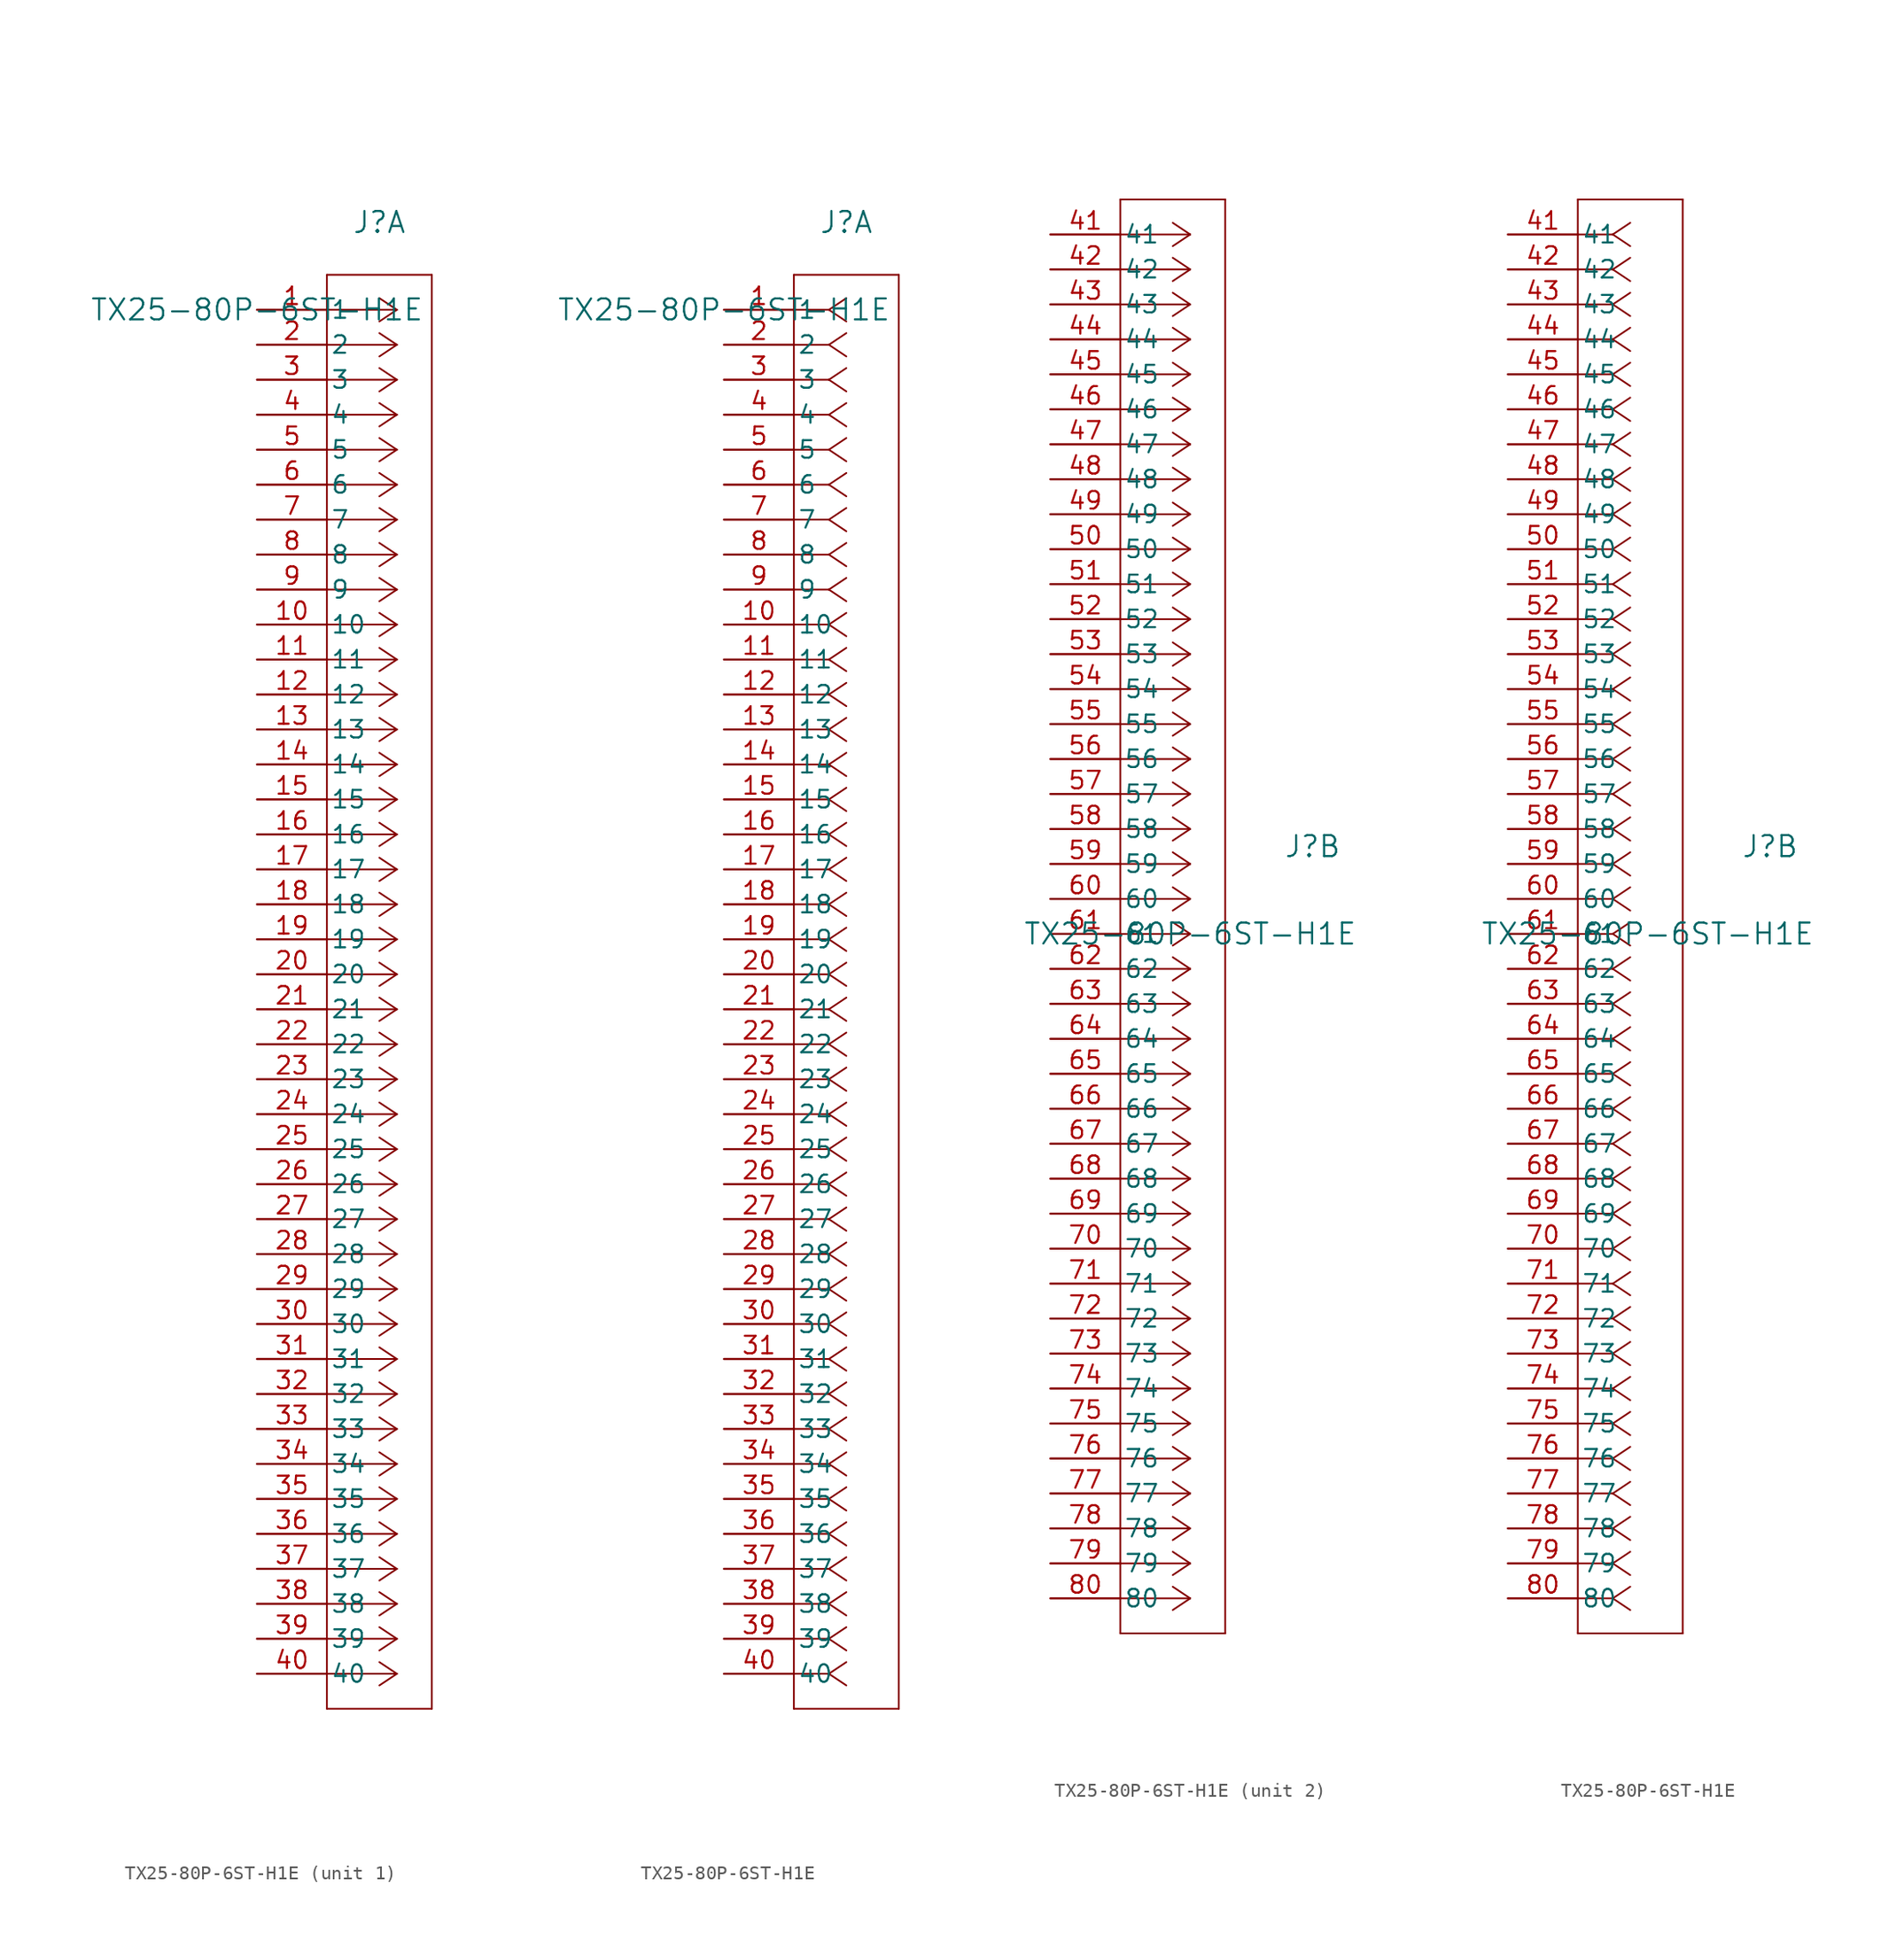
<source format=kicad_sym>
(kicad_symbol_lib
  (version 20241209)
  (generator "kicad_symbol_editor")
  (generator_version "9.0")
  (symbol "TX25-80P-6ST-H1E"
    (pin_names
      (offset 0.254))
    (property "Reference" "J"
      (at 8.89 6.35 0)
      (effects (font (size 1.524 1.524))))
    (property "Value" "TX25-80P-6ST-H1E"
      (at 0 0 0)
      (effects (font (size 1.524 1.524))))
    (property "ki_locked" ""
      (at 0 0 0)
      (effects (font (size 1.27 1.27))))
    (symbol "TX25-80P-6ST-H1E_1_1"
      (polyline (pts (xy 5.08 2.54) (xy 5.08 -101.6)) (stroke (width 0.127) (type default)) (fill (type none)))
      (polyline (pts (xy 5.08 -101.6) (xy 12.7 -101.6)) (stroke (width 0.127) (type default)) (fill (type none)))
      (polyline (pts (xy 10.16 0) (xy 5.08 0)) (stroke (width 0.127) (type default)) (fill (type none)))
      (polyline (pts (xy 10.16 0) (xy 8.89 0.847)) (stroke (width 0.127) (type default)) (fill (type none)))
      (polyline (pts (xy 10.16 0) (xy 8.89 -0.847)) (stroke (width 0.127) (type default)) (fill (type none)))
      (polyline (pts (xy 10.16 -2.54) (xy 5.08 -2.54)) (stroke (width 0.127) (type default)) (fill (type none)))
      (polyline (pts (xy 10.16 -2.54) (xy 8.89 -1.693)) (stroke (width 0.127) (type default)) (fill (type none)))
      (polyline (pts (xy 10.16 -2.54) (xy 8.89 -3.387)) (stroke (width 0.127) (type default)) (fill (type none)))
      (polyline (pts (xy 10.16 -5.08) (xy 5.08 -5.08)) (stroke (width 0.127) (type default)) (fill (type none)))
      (polyline (pts (xy 10.16 -5.08) (xy 8.89 -4.233)) (stroke (width 0.127) (type default)) (fill (type none)))
      (polyline (pts (xy 10.16 -5.08) (xy 8.89 -5.927)) (stroke (width 0.127) (type default)) (fill (type none)))
      (polyline (pts (xy 10.16 -7.62) (xy 5.08 -7.62)) (stroke (width 0.127) (type default)) (fill (type none)))
      (polyline (pts (xy 10.16 -7.62) (xy 8.89 -6.773)) (stroke (width 0.127) (type default)) (fill (type none)))
      (polyline (pts (xy 10.16 -7.62) (xy 8.89 -8.467)) (stroke (width 0.127) (type default)) (fill (type none)))
      (polyline (pts (xy 10.16 -10.16) (xy 5.08 -10.16)) (stroke (width 0.127) (type default)) (fill (type none)))
      (polyline (pts (xy 10.16 -10.16) (xy 8.89 -9.313)) (stroke (width 0.127) (type default)) (fill (type none)))
      (polyline (pts (xy 10.16 -10.16) (xy 8.89 -11.007)) (stroke (width 0.127) (type default)) (fill (type none)))
      (polyline (pts (xy 10.16 -12.7) (xy 5.08 -12.7)) (stroke (width 0.127) (type default)) (fill (type none)))
      (polyline (pts (xy 10.16 -12.7) (xy 8.89 -11.853)) (stroke (width 0.127) (type default)) (fill (type none)))
      (polyline (pts (xy 10.16 -12.7) (xy 8.89 -13.547)) (stroke (width 0.127) (type default)) (fill (type none)))
      (polyline (pts (xy 10.16 -15.24) (xy 5.08 -15.24)) (stroke (width 0.127) (type default)) (fill (type none)))
      (polyline (pts (xy 10.16 -15.24) (xy 8.89 -14.393)) (stroke (width 0.127) (type default)) (fill (type none)))
      (polyline (pts (xy 10.16 -15.24) (xy 8.89 -16.087)) (stroke (width 0.127) (type default)) (fill (type none)))
      (polyline (pts (xy 10.16 -17.78) (xy 5.08 -17.78)) (stroke (width 0.127) (type default)) (fill (type none)))
      (polyline (pts (xy 10.16 -17.78) (xy 8.89 -16.933)) (stroke (width 0.127) (type default)) (fill (type none)))
      (polyline (pts (xy 10.16 -17.78) (xy 8.89 -18.627)) (stroke (width 0.127) (type default)) (fill (type none)))
      (polyline (pts (xy 10.16 -20.32) (xy 5.08 -20.32)) (stroke (width 0.127) (type default)) (fill (type none)))
      (polyline (pts (xy 10.16 -20.32) (xy 8.89 -19.473)) (stroke (width 0.127) (type default)) (fill (type none)))
      (polyline (pts (xy 10.16 -20.32) (xy 8.89 -21.167)) (stroke (width 0.127) (type default)) (fill (type none)))
      (polyline (pts (xy 10.16 -22.86) (xy 5.08 -22.86)) (stroke (width 0.127) (type default)) (fill (type none)))
      (polyline (pts (xy 10.16 -22.86) (xy 8.89 -22.013)) (stroke (width 0.127) (type default)) (fill (type none)))
      (polyline (pts (xy 10.16 -22.86) (xy 8.89 -23.707)) (stroke (width 0.127) (type default)) (fill (type none)))
      (polyline (pts (xy 10.16 -25.4) (xy 5.08 -25.4)) (stroke (width 0.127) (type default)) (fill (type none)))
      (polyline (pts (xy 10.16 -25.4) (xy 8.89 -24.553)) (stroke (width 0.127) (type default)) (fill (type none)))
      (polyline (pts (xy 10.16 -25.4) (xy 8.89 -26.247)) (stroke (width 0.127) (type default)) (fill (type none)))
      (polyline (pts (xy 10.16 -27.94) (xy 5.08 -27.94)) (stroke (width 0.127) (type default)) (fill (type none)))
      (polyline (pts (xy 10.16 -27.94) (xy 8.89 -27.093)) (stroke (width 0.127) (type default)) (fill (type none)))
      (polyline (pts (xy 10.16 -27.94) (xy 8.89 -28.787)) (stroke (width 0.127) (type default)) (fill (type none)))
      (polyline (pts (xy 10.16 -30.48) (xy 5.08 -30.48)) (stroke (width 0.127) (type default)) (fill (type none)))
      (polyline (pts (xy 10.16 -30.48) (xy 8.89 -29.633)) (stroke (width 0.127) (type default)) (fill (type none)))
      (polyline (pts (xy 10.16 -30.48) (xy 8.89 -31.327)) (stroke (width 0.127) (type default)) (fill (type none)))
      (polyline (pts (xy 10.16 -33.02) (xy 5.08 -33.02)) (stroke (width 0.127) (type default)) (fill (type none)))
      (polyline (pts (xy 10.16 -33.02) (xy 8.89 -32.173)) (stroke (width 0.127) (type default)) (fill (type none)))
      (polyline (pts (xy 10.16 -33.02) (xy 8.89 -33.867)) (stroke (width 0.127) (type default)) (fill (type none)))
      (polyline (pts (xy 10.16 -35.56) (xy 5.08 -35.56)) (stroke (width 0.127) (type default)) (fill (type none)))
      (polyline (pts (xy 10.16 -35.56) (xy 8.89 -34.713)) (stroke (width 0.127) (type default)) (fill (type none)))
      (polyline (pts (xy 10.16 -35.56) (xy 8.89 -36.407)) (stroke (width 0.127) (type default)) (fill (type none)))
      (polyline (pts (xy 10.16 -38.1) (xy 5.08 -38.1)) (stroke (width 0.127) (type default)) (fill (type none)))
      (polyline (pts (xy 10.16 -38.1) (xy 8.89 -37.253)) (stroke (width 0.127) (type default)) (fill (type none)))
      (polyline (pts (xy 10.16 -38.1) (xy 8.89 -38.947)) (stroke (width 0.127) (type default)) (fill (type none)))
      (polyline (pts (xy 10.16 -40.64) (xy 5.08 -40.64)) (stroke (width 0.127) (type default)) (fill (type none)))
      (polyline (pts (xy 10.16 -40.64) (xy 8.89 -39.793)) (stroke (width 0.127) (type default)) (fill (type none)))
      (polyline (pts (xy 10.16 -40.64) (xy 8.89 -41.487)) (stroke (width 0.127) (type default)) (fill (type none)))
      (polyline (pts (xy 10.16 -43.18) (xy 5.08 -43.18)) (stroke (width 0.127) (type default)) (fill (type none)))
      (polyline (pts (xy 10.16 -43.18) (xy 8.89 -42.333)) (stroke (width 0.127) (type default)) (fill (type none)))
      (polyline (pts (xy 10.16 -43.18) (xy 8.89 -44.027)) (stroke (width 0.127) (type default)) (fill (type none)))
      (polyline (pts (xy 10.16 -45.72) (xy 5.08 -45.72)) (stroke (width 0.127) (type default)) (fill (type none)))
      (polyline (pts (xy 10.16 -45.72) (xy 8.89 -44.873)) (stroke (width 0.127) (type default)) (fill (type none)))
      (polyline (pts (xy 10.16 -45.72) (xy 8.89 -46.567)) (stroke (width 0.127) (type default)) (fill (type none)))
      (polyline (pts (xy 10.16 -48.26) (xy 5.08 -48.26)) (stroke (width 0.127) (type default)) (fill (type none)))
      (polyline (pts (xy 10.16 -48.26) (xy 8.89 -47.413)) (stroke (width 0.127) (type default)) (fill (type none)))
      (polyline (pts (xy 10.16 -48.26) (xy 8.89 -49.107)) (stroke (width 0.127) (type default)) (fill (type none)))
      (polyline (pts (xy 10.16 -50.8) (xy 5.08 -50.8)) (stroke (width 0.127) (type default)) (fill (type none)))
      (polyline (pts (xy 10.16 -50.8) (xy 8.89 -49.953)) (stroke (width 0.127) (type default)) (fill (type none)))
      (polyline (pts (xy 10.16 -50.8) (xy 8.89 -51.647)) (stroke (width 0.127) (type default)) (fill (type none)))
      (polyline (pts (xy 10.16 -53.34) (xy 5.08 -53.34)) (stroke (width 0.127) (type default)) (fill (type none)))
      (polyline (pts (xy 10.16 -53.34) (xy 8.89 -52.493)) (stroke (width 0.127) (type default)) (fill (type none)))
      (polyline (pts (xy 10.16 -53.34) (xy 8.89 -54.187)) (stroke (width 0.127) (type default)) (fill (type none)))
      (polyline (pts (xy 10.16 -55.88) (xy 5.08 -55.88)) (stroke (width 0.127) (type default)) (fill (type none)))
      (polyline (pts (xy 10.16 -55.88) (xy 8.89 -55.033)) (stroke (width 0.127) (type default)) (fill (type none)))
      (polyline (pts (xy 10.16 -55.88) (xy 8.89 -56.727)) (stroke (width 0.127) (type default)) (fill (type none)))
      (polyline (pts (xy 10.16 -58.42) (xy 5.08 -58.42)) (stroke (width 0.127) (type default)) (fill (type none)))
      (polyline (pts (xy 10.16 -58.42) (xy 8.89 -57.573)) (stroke (width 0.127) (type default)) (fill (type none)))
      (polyline (pts (xy 10.16 -58.42) (xy 8.89 -59.267)) (stroke (width 0.127) (type default)) (fill (type none)))
      (polyline (pts (xy 10.16 -60.96) (xy 5.08 -60.96)) (stroke (width 0.127) (type default)) (fill (type none)))
      (polyline (pts (xy 10.16 -60.96) (xy 8.89 -60.113)) (stroke (width 0.127) (type default)) (fill (type none)))
      (polyline (pts (xy 10.16 -60.96) (xy 8.89 -61.807)) (stroke (width 0.127) (type default)) (fill (type none)))
      (polyline (pts (xy 10.16 -63.5) (xy 5.08 -63.5)) (stroke (width 0.127) (type default)) (fill (type none)))
      (polyline (pts (xy 10.16 -63.5) (xy 8.89 -62.653)) (stroke (width 0.127) (type default)) (fill (type none)))
      (polyline (pts (xy 10.16 -63.5) (xy 8.89 -64.347)) (stroke (width 0.127) (type default)) (fill (type none)))
      (polyline (pts (xy 10.16 -66.04) (xy 5.08 -66.04)) (stroke (width 0.127) (type default)) (fill (type none)))
      (polyline (pts (xy 10.16 -66.04) (xy 8.89 -65.193)) (stroke (width 0.127) (type default)) (fill (type none)))
      (polyline (pts (xy 10.16 -66.04) (xy 8.89 -66.887)) (stroke (width 0.127) (type default)) (fill (type none)))
      (polyline (pts (xy 10.16 -68.58) (xy 5.08 -68.58)) (stroke (width 0.127) (type default)) (fill (type none)))
      (polyline (pts (xy 10.16 -68.58) (xy 8.89 -67.733)) (stroke (width 0.127) (type default)) (fill (type none)))
      (polyline (pts (xy 10.16 -68.58) (xy 8.89 -69.427)) (stroke (width 0.127) (type default)) (fill (type none)))
      (polyline (pts (xy 10.16 -71.12) (xy 5.08 -71.12)) (stroke (width 0.127) (type default)) (fill (type none)))
      (polyline (pts (xy 10.16 -71.12) (xy 8.89 -70.273)) (stroke (width 0.127) (type default)) (fill (type none)))
      (polyline (pts (xy 10.16 -71.12) (xy 8.89 -71.967)) (stroke (width 0.127) (type default)) (fill (type none)))
      (polyline (pts (xy 10.16 -73.66) (xy 5.08 -73.66)) (stroke (width 0.127) (type default)) (fill (type none)))
      (polyline (pts (xy 10.16 -73.66) (xy 8.89 -72.813)) (stroke (width 0.127) (type default)) (fill (type none)))
      (polyline (pts (xy 10.16 -73.66) (xy 8.89 -74.507)) (stroke (width 0.127) (type default)) (fill (type none)))
      (polyline (pts (xy 10.16 -76.2) (xy 5.08 -76.2)) (stroke (width 0.127) (type default)) (fill (type none)))
      (polyline (pts (xy 10.16 -76.2) (xy 8.89 -75.353)) (stroke (width 0.127) (type default)) (fill (type none)))
      (polyline (pts (xy 10.16 -76.2) (xy 8.89 -77.047)) (stroke (width 0.127) (type default)) (fill (type none)))
      (polyline (pts (xy 10.16 -78.74) (xy 5.08 -78.74)) (stroke (width 0.127) (type default)) (fill (type none)))
      (polyline (pts (xy 10.16 -78.74) (xy 8.89 -77.893)) (stroke (width 0.127) (type default)) (fill (type none)))
      (polyline (pts (xy 10.16 -78.74) (xy 8.89 -79.587)) (stroke (width 0.127) (type default)) (fill (type none)))
      (polyline (pts (xy 10.16 -81.28) (xy 5.08 -81.28)) (stroke (width 0.127) (type default)) (fill (type none)))
      (polyline (pts (xy 10.16 -81.28) (xy 8.89 -80.433)) (stroke (width 0.127) (type default)) (fill (type none)))
      (polyline (pts (xy 10.16 -81.28) (xy 8.89 -82.127)) (stroke (width 0.127) (type default)) (fill (type none)))
      (polyline (pts (xy 10.16 -83.82) (xy 5.08 -83.82)) (stroke (width 0.127) (type default)) (fill (type none)))
      (polyline (pts (xy 10.16 -83.82) (xy 8.89 -82.973)) (stroke (width 0.127) (type default)) (fill (type none)))
      (polyline (pts (xy 10.16 -83.82) (xy 8.89 -84.667)) (stroke (width 0.127) (type default)) (fill (type none)))
      (polyline (pts (xy 10.16 -86.36) (xy 5.08 -86.36)) (stroke (width 0.127) (type default)) (fill (type none)))
      (polyline (pts (xy 10.16 -86.36) (xy 8.89 -85.513)) (stroke (width 0.127) (type default)) (fill (type none)))
      (polyline (pts (xy 10.16 -86.36) (xy 8.89 -87.207)) (stroke (width 0.127) (type default)) (fill (type none)))
      (polyline (pts (xy 10.16 -88.9) (xy 5.08 -88.9)) (stroke (width 0.127) (type default)) (fill (type none)))
      (polyline (pts (xy 10.16 -88.9) (xy 8.89 -88.053)) (stroke (width 0.127) (type default)) (fill (type none)))
      (polyline (pts (xy 10.16 -88.9) (xy 8.89 -89.747)) (stroke (width 0.127) (type default)) (fill (type none)))
      (polyline (pts (xy 10.16 -91.44) (xy 5.08 -91.44)) (stroke (width 0.127) (type default)) (fill (type none)))
      (polyline (pts (xy 10.16 -91.44) (xy 8.89 -90.593)) (stroke (width 0.127) (type default)) (fill (type none)))
      (polyline (pts (xy 10.16 -91.44) (xy 8.89 -92.287)) (stroke (width 0.127) (type default)) (fill (type none)))
      (polyline (pts (xy 10.16 -93.98) (xy 5.08 -93.98)) (stroke (width 0.127) (type default)) (fill (type none)))
      (polyline (pts (xy 10.16 -93.98) (xy 8.89 -93.133)) (stroke (width 0.127) (type default)) (fill (type none)))
      (polyline (pts (xy 10.16 -93.98) (xy 8.89 -94.827)) (stroke (width 0.127) (type default)) (fill (type none)))
      (polyline (pts (xy 10.16 -96.52) (xy 5.08 -96.52)) (stroke (width 0.127) (type default)) (fill (type none)))
      (polyline (pts (xy 10.16 -96.52) (xy 8.89 -95.673)) (stroke (width 0.127) (type default)) (fill (type none)))
      (polyline (pts (xy 10.16 -96.52) (xy 8.89 -97.367)) (stroke (width 0.127) (type default)) (fill (type none)))
      (polyline (pts (xy 10.16 -99.06) (xy 5.08 -99.06)) (stroke (width 0.127) (type default)) (fill (type none)))
      (polyline (pts (xy 10.16 -99.06) (xy 8.89 -98.213)) (stroke (width 0.127) (type default)) (fill (type none)))
      (polyline (pts (xy 10.16 -99.06) (xy 8.89 -99.907)) (stroke (width 0.127) (type default)) (fill (type none)))
      (polyline (pts (xy 12.7 2.54) (xy 5.08 2.54)) (stroke (width 0.127) (type default)) (fill (type none)))
      (polyline (pts (xy 12.7 -101.6) (xy 12.7 2.54)) (stroke (width 0.127) (type default)) (fill (type none)))
      (pin unspecified line (at 0 0 0) (length 5.08) (name "1" (effects (font (size 1.27 1.27)))) (number "1" (effects (font (size 1.27 1.27)))))
      (pin unspecified line (at 0 -2.54 0) (length 5.08) (name "2" (effects (font (size 1.27 1.27)))) (number "2" (effects (font (size 1.27 1.27)))))
      (pin unspecified line (at 0 -5.08 0) (length 5.08) (name "3" (effects (font (size 1.27 1.27)))) (number "3" (effects (font (size 1.27 1.27)))))
      (pin unspecified line (at 0 -7.62 0) (length 5.08) (name "4" (effects (font (size 1.27 1.27)))) (number "4" (effects (font (size 1.27 1.27)))))
      (pin unspecified line (at 0 -10.16 0) (length 5.08) (name "5" (effects (font (size 1.27 1.27)))) (number "5" (effects (font (size 1.27 1.27)))))
      (pin unspecified line (at 0 -12.7 0) (length 5.08) (name "6" (effects (font (size 1.27 1.27)))) (number "6" (effects (font (size 1.27 1.27)))))
      (pin unspecified line (at 0 -15.24 0) (length 5.08) (name "7" (effects (font (size 1.27 1.27)))) (number "7" (effects (font (size 1.27 1.27)))))
      (pin unspecified line (at 0 -17.78 0) (length 5.08) (name "8" (effects (font (size 1.27 1.27)))) (number "8" (effects (font (size 1.27 1.27)))))
      (pin unspecified line (at 0 -20.32 0) (length 5.08) (name "9" (effects (font (size 1.27 1.27)))) (number "9" (effects (font (size 1.27 1.27)))))
      (pin unspecified line (at 0 -22.86 0) (length 5.08) (name "10" (effects (font (size 1.27 1.27)))) (number "10" (effects (font (size 1.27 1.27)))))
      (pin unspecified line (at 0 -25.4 0) (length 5.08) (name "11" (effects (font (size 1.27 1.27)))) (number "11" (effects (font (size 1.27 1.27)))))
      (pin unspecified line (at 0 -27.94 0) (length 5.08) (name "12" (effects (font (size 1.27 1.27)))) (number "12" (effects (font (size 1.27 1.27)))))
      (pin unspecified line (at 0 -30.48 0) (length 5.08) (name "13" (effects (font (size 1.27 1.27)))) (number "13" (effects (font (size 1.27 1.27)))))
      (pin unspecified line (at 0 -33.02 0) (length 5.08) (name "14" (effects (font (size 1.27 1.27)))) (number "14" (effects (font (size 1.27 1.27)))))
      (pin unspecified line (at 0 -35.56 0) (length 5.08) (name "15" (effects (font (size 1.27 1.27)))) (number "15" (effects (font (size 1.27 1.27)))))
      (pin unspecified line (at 0 -38.1 0) (length 5.08) (name "16" (effects (font (size 1.27 1.27)))) (number "16" (effects (font (size 1.27 1.27)))))
      (pin unspecified line (at 0 -40.64 0) (length 5.08) (name "17" (effects (font (size 1.27 1.27)))) (number "17" (effects (font (size 1.27 1.27)))))
      (pin unspecified line (at 0 -43.18 0) (length 5.08) (name "18" (effects (font (size 1.27 1.27)))) (number "18" (effects (font (size 1.27 1.27)))))
      (pin unspecified line (at 0 -45.72 0) (length 5.08) (name "19" (effects (font (size 1.27 1.27)))) (number "19" (effects (font (size 1.27 1.27)))))
      (pin unspecified line (at 0 -48.26 0) (length 5.08) (name "20" (effects (font (size 1.27 1.27)))) (number "20" (effects (font (size 1.27 1.27)))))
      (pin unspecified line (at 0 -50.8 0) (length 5.08) (name "21" (effects (font (size 1.27 1.27)))) (number "21" (effects (font (size 1.27 1.27)))))
      (pin unspecified line (at 0 -53.34 0) (length 5.08) (name "22" (effects (font (size 1.27 1.27)))) (number "22" (effects (font (size 1.27 1.27)))))
      (pin unspecified line (at 0 -55.88 0) (length 5.08) (name "23" (effects (font (size 1.27 1.27)))) (number "23" (effects (font (size 1.27 1.27)))))
      (pin unspecified line (at 0 -58.42 0) (length 5.08) (name "24" (effects (font (size 1.27 1.27)))) (number "24" (effects (font (size 1.27 1.27)))))
      (pin unspecified line (at 0 -60.96 0) (length 5.08) (name "25" (effects (font (size 1.27 1.27)))) (number "25" (effects (font (size 1.27 1.27)))))
      (pin unspecified line (at 0 -63.5 0) (length 5.08) (name "26" (effects (font (size 1.27 1.27)))) (number "26" (effects (font (size 1.27 1.27)))))
      (pin unspecified line (at 0 -66.04 0) (length 5.08) (name "27" (effects (font (size 1.27 1.27)))) (number "27" (effects (font (size 1.27 1.27)))))
      (pin unspecified line (at 0 -68.58 0) (length 5.08) (name "28" (effects (font (size 1.27 1.27)))) (number "28" (effects (font (size 1.27 1.27)))))
      (pin unspecified line (at 0 -71.12 0) (length 5.08) (name "29" (effects (font (size 1.27 1.27)))) (number "29" (effects (font (size 1.27 1.27)))))
      (pin unspecified line (at 0 -73.66 0) (length 5.08) (name "30" (effects (font (size 1.27 1.27)))) (number "30" (effects (font (size 1.27 1.27)))))
      (pin unspecified line (at 0 -76.2 0) (length 5.08) (name "31" (effects (font (size 1.27 1.27)))) (number "31" (effects (font (size 1.27 1.27)))))
      (pin unspecified line (at 0 -78.74 0) (length 5.08) (name "32" (effects (font (size 1.27 1.27)))) (number "32" (effects (font (size 1.27 1.27)))))
      (pin unspecified line (at 0 -81.28 0) (length 5.08) (name "33" (effects (font (size 1.27 1.27)))) (number "33" (effects (font (size 1.27 1.27)))))
      (pin unspecified line (at 0 -83.82 0) (length 5.08) (name "34" (effects (font (size 1.27 1.27)))) (number "34" (effects (font (size 1.27 1.27)))))
      (pin unspecified line (at 0 -86.36 0) (length 5.08) (name "35" (effects (font (size 1.27 1.27)))) (number "35" (effects (font (size 1.27 1.27)))))
      (pin unspecified line (at 0 -88.9 0) (length 5.08) (name "36" (effects (font (size 1.27 1.27)))) (number "36" (effects (font (size 1.27 1.27)))))
      (pin unspecified line (at 0 -91.44 0) (length 5.08) (name "37" (effects (font (size 1.27 1.27)))) (number "37" (effects (font (size 1.27 1.27)))))
      (pin unspecified line (at 0 -93.98 0) (length 5.08) (name "38" (effects (font (size 1.27 1.27)))) (number "38" (effects (font (size 1.27 1.27)))))
      (pin unspecified line (at 0 -96.52 0) (length 5.08) (name "39" (effects (font (size 1.27 1.27)))) (number "39" (effects (font (size 1.27 1.27)))))
      (pin unspecified line (at 0 -99.06 0) (length 5.08) (name "40" (effects (font (size 1.27 1.27)))) (number "40" (effects (font (size 1.27 1.27))))))
    (symbol "TX25-80P-6ST-H1E_1_2"
      (polyline (pts (xy 5.08 2.54) (xy 5.08 -101.6)) (stroke (width 0.127) (type default)) (fill (type none)))
      (polyline (pts (xy 5.08 -101.6) (xy 12.7 -101.6)) (stroke (width 0.127) (type default)) (fill (type none)))
      (polyline (pts (xy 7.62 0) (xy 5.08 0)) (stroke (width 0.127) (type default)) (fill (type none)))
      (polyline (pts (xy 7.62 0) (xy 8.89 0.847)) (stroke (width 0.127) (type default)) (fill (type none)))
      (polyline (pts (xy 7.62 0) (xy 8.89 -0.847)) (stroke (width 0.127) (type default)) (fill (type none)))
      (polyline (pts (xy 7.62 -2.54) (xy 5.08 -2.54)) (stroke (width 0.127) (type default)) (fill (type none)))
      (polyline (pts (xy 7.62 -2.54) (xy 8.89 -1.693)) (stroke (width 0.127) (type default)) (fill (type none)))
      (polyline (pts (xy 7.62 -2.54) (xy 8.89 -3.387)) (stroke (width 0.127) (type default)) (fill (type none)))
      (polyline (pts (xy 7.62 -5.08) (xy 5.08 -5.08)) (stroke (width 0.127) (type default)) (fill (type none)))
      (polyline (pts (xy 7.62 -5.08) (xy 8.89 -4.233)) (stroke (width 0.127) (type default)) (fill (type none)))
      (polyline (pts (xy 7.62 -5.08) (xy 8.89 -5.927)) (stroke (width 0.127) (type default)) (fill (type none)))
      (polyline (pts (xy 7.62 -7.62) (xy 5.08 -7.62)) (stroke (width 0.127) (type default)) (fill (type none)))
      (polyline (pts (xy 7.62 -7.62) (xy 8.89 -6.773)) (stroke (width 0.127) (type default)) (fill (type none)))
      (polyline (pts (xy 7.62 -7.62) (xy 8.89 -8.467)) (stroke (width 0.127) (type default)) (fill (type none)))
      (polyline (pts (xy 7.62 -10.16) (xy 5.08 -10.16)) (stroke (width 0.127) (type default)) (fill (type none)))
      (polyline (pts (xy 7.62 -10.16) (xy 8.89 -9.313)) (stroke (width 0.127) (type default)) (fill (type none)))
      (polyline (pts (xy 7.62 -10.16) (xy 8.89 -11.007)) (stroke (width 0.127) (type default)) (fill (type none)))
      (polyline (pts (xy 7.62 -12.7) (xy 5.08 -12.7)) (stroke (width 0.127) (type default)) (fill (type none)))
      (polyline (pts (xy 7.62 -12.7) (xy 8.89 -11.853)) (stroke (width 0.127) (type default)) (fill (type none)))
      (polyline (pts (xy 7.62 -12.7) (xy 8.89 -13.547)) (stroke (width 0.127) (type default)) (fill (type none)))
      (polyline (pts (xy 7.62 -15.24) (xy 5.08 -15.24)) (stroke (width 0.127) (type default)) (fill (type none)))
      (polyline (pts (xy 7.62 -15.24) (xy 8.89 -14.393)) (stroke (width 0.127) (type default)) (fill (type none)))
      (polyline (pts (xy 7.62 -15.24) (xy 8.89 -16.087)) (stroke (width 0.127) (type default)) (fill (type none)))
      (polyline (pts (xy 7.62 -17.78) (xy 5.08 -17.78)) (stroke (width 0.127) (type default)) (fill (type none)))
      (polyline (pts (xy 7.62 -17.78) (xy 8.89 -16.933)) (stroke (width 0.127) (type default)) (fill (type none)))
      (polyline (pts (xy 7.62 -17.78) (xy 8.89 -18.627)) (stroke (width 0.127) (type default)) (fill (type none)))
      (polyline (pts (xy 7.62 -20.32) (xy 5.08 -20.32)) (stroke (width 0.127) (type default)) (fill (type none)))
      (polyline (pts (xy 7.62 -20.32) (xy 8.89 -19.473)) (stroke (width 0.127) (type default)) (fill (type none)))
      (polyline (pts (xy 7.62 -20.32) (xy 8.89 -21.167)) (stroke (width 0.127) (type default)) (fill (type none)))
      (polyline (pts (xy 7.62 -22.86) (xy 5.08 -22.86)) (stroke (width 0.127) (type default)) (fill (type none)))
      (polyline (pts (xy 7.62 -22.86) (xy 8.89 -22.013)) (stroke (width 0.127) (type default)) (fill (type none)))
      (polyline (pts (xy 7.62 -22.86) (xy 8.89 -23.707)) (stroke (width 0.127) (type default)) (fill (type none)))
      (polyline (pts (xy 7.62 -25.4) (xy 5.08 -25.4)) (stroke (width 0.127) (type default)) (fill (type none)))
      (polyline (pts (xy 7.62 -25.4) (xy 8.89 -24.553)) (stroke (width 0.127) (type default)) (fill (type none)))
      (polyline (pts (xy 7.62 -25.4) (xy 8.89 -26.247)) (stroke (width 0.127) (type default)) (fill (type none)))
      (polyline (pts (xy 7.62 -27.94) (xy 5.08 -27.94)) (stroke (width 0.127) (type default)) (fill (type none)))
      (polyline (pts (xy 7.62 -27.94) (xy 8.89 -27.093)) (stroke (width 0.127) (type default)) (fill (type none)))
      (polyline (pts (xy 7.62 -27.94) (xy 8.89 -28.787)) (stroke (width 0.127) (type default)) (fill (type none)))
      (polyline (pts (xy 7.62 -30.48) (xy 5.08 -30.48)) (stroke (width 0.127) (type default)) (fill (type none)))
      (polyline (pts (xy 7.62 -30.48) (xy 8.89 -29.633)) (stroke (width 0.127) (type default)) (fill (type none)))
      (polyline (pts (xy 7.62 -30.48) (xy 8.89 -31.327)) (stroke (width 0.127) (type default)) (fill (type none)))
      (polyline (pts (xy 7.62 -33.02) (xy 5.08 -33.02)) (stroke (width 0.127) (type default)) (fill (type none)))
      (polyline (pts (xy 7.62 -33.02) (xy 8.89 -32.173)) (stroke (width 0.127) (type default)) (fill (type none)))
      (polyline (pts (xy 7.62 -33.02) (xy 8.89 -33.867)) (stroke (width 0.127) (type default)) (fill (type none)))
      (polyline (pts (xy 7.62 -35.56) (xy 5.08 -35.56)) (stroke (width 0.127) (type default)) (fill (type none)))
      (polyline (pts (xy 7.62 -35.56) (xy 8.89 -34.713)) (stroke (width 0.127) (type default)) (fill (type none)))
      (polyline (pts (xy 7.62 -35.56) (xy 8.89 -36.407)) (stroke (width 0.127) (type default)) (fill (type none)))
      (polyline (pts (xy 7.62 -38.1) (xy 5.08 -38.1)) (stroke (width 0.127) (type default)) (fill (type none)))
      (polyline (pts (xy 7.62 -38.1) (xy 8.89 -37.253)) (stroke (width 0.127) (type default)) (fill (type none)))
      (polyline (pts (xy 7.62 -38.1) (xy 8.89 -38.947)) (stroke (width 0.127) (type default)) (fill (type none)))
      (polyline (pts (xy 7.62 -40.64) (xy 5.08 -40.64)) (stroke (width 0.127) (type default)) (fill (type none)))
      (polyline (pts (xy 7.62 -40.64) (xy 8.89 -39.793)) (stroke (width 0.127) (type default)) (fill (type none)))
      (polyline (pts (xy 7.62 -40.64) (xy 8.89 -41.487)) (stroke (width 0.127) (type default)) (fill (type none)))
      (polyline (pts (xy 7.62 -43.18) (xy 5.08 -43.18)) (stroke (width 0.127) (type default)) (fill (type none)))
      (polyline (pts (xy 7.62 -43.18) (xy 8.89 -42.333)) (stroke (width 0.127) (type default)) (fill (type none)))
      (polyline (pts (xy 7.62 -43.18) (xy 8.89 -44.027)) (stroke (width 0.127) (type default)) (fill (type none)))
      (polyline (pts (xy 7.62 -45.72) (xy 5.08 -45.72)) (stroke (width 0.127) (type default)) (fill (type none)))
      (polyline (pts (xy 7.62 -45.72) (xy 8.89 -44.873)) (stroke (width 0.127) (type default)) (fill (type none)))
      (polyline (pts (xy 7.62 -45.72) (xy 8.89 -46.567)) (stroke (width 0.127) (type default)) (fill (type none)))
      (polyline (pts (xy 7.62 -48.26) (xy 5.08 -48.26)) (stroke (width 0.127) (type default)) (fill (type none)))
      (polyline (pts (xy 7.62 -48.26) (xy 8.89 -47.413)) (stroke (width 0.127) (type default)) (fill (type none)))
      (polyline (pts (xy 7.62 -48.26) (xy 8.89 -49.107)) (stroke (width 0.127) (type default)) (fill (type none)))
      (polyline (pts (xy 7.62 -50.8) (xy 5.08 -50.8)) (stroke (width 0.127) (type default)) (fill (type none)))
      (polyline (pts (xy 7.62 -50.8) (xy 8.89 -49.953)) (stroke (width 0.127) (type default)) (fill (type none)))
      (polyline (pts (xy 7.62 -50.8) (xy 8.89 -51.647)) (stroke (width 0.127) (type default)) (fill (type none)))
      (polyline (pts (xy 7.62 -53.34) (xy 5.08 -53.34)) (stroke (width 0.127) (type default)) (fill (type none)))
      (polyline (pts (xy 7.62 -53.34) (xy 8.89 -52.493)) (stroke (width 0.127) (type default)) (fill (type none)))
      (polyline (pts (xy 7.62 -53.34) (xy 8.89 -54.187)) (stroke (width 0.127) (type default)) (fill (type none)))
      (polyline (pts (xy 7.62 -55.88) (xy 5.08 -55.88)) (stroke (width 0.127) (type default)) (fill (type none)))
      (polyline (pts (xy 7.62 -55.88) (xy 8.89 -55.033)) (stroke (width 0.127) (type default)) (fill (type none)))
      (polyline (pts (xy 7.62 -55.88) (xy 8.89 -56.727)) (stroke (width 0.127) (type default)) (fill (type none)))
      (polyline (pts (xy 7.62 -58.42) (xy 5.08 -58.42)) (stroke (width 0.127) (type default)) (fill (type none)))
      (polyline (pts (xy 7.62 -58.42) (xy 8.89 -57.573)) (stroke (width 0.127) (type default)) (fill (type none)))
      (polyline (pts (xy 7.62 -58.42) (xy 8.89 -59.267)) (stroke (width 0.127) (type default)) (fill (type none)))
      (polyline (pts (xy 7.62 -60.96) (xy 5.08 -60.96)) (stroke (width 0.127) (type default)) (fill (type none)))
      (polyline (pts (xy 7.62 -60.96) (xy 8.89 -60.113)) (stroke (width 0.127) (type default)) (fill (type none)))
      (polyline (pts (xy 7.62 -60.96) (xy 8.89 -61.807)) (stroke (width 0.127) (type default)) (fill (type none)))
      (polyline (pts (xy 7.62 -63.5) (xy 5.08 -63.5)) (stroke (width 0.127) (type default)) (fill (type none)))
      (polyline (pts (xy 7.62 -63.5) (xy 8.89 -62.653)) (stroke (width 0.127) (type default)) (fill (type none)))
      (polyline (pts (xy 7.62 -63.5) (xy 8.89 -64.347)) (stroke (width 0.127) (type default)) (fill (type none)))
      (polyline (pts (xy 7.62 -66.04) (xy 5.08 -66.04)) (stroke (width 0.127) (type default)) (fill (type none)))
      (polyline (pts (xy 7.62 -66.04) (xy 8.89 -65.193)) (stroke (width 0.127) (type default)) (fill (type none)))
      (polyline (pts (xy 7.62 -66.04) (xy 8.89 -66.887)) (stroke (width 0.127) (type default)) (fill (type none)))
      (polyline (pts (xy 7.62 -68.58) (xy 5.08 -68.58)) (stroke (width 0.127) (type default)) (fill (type none)))
      (polyline (pts (xy 7.62 -68.58) (xy 8.89 -67.733)) (stroke (width 0.127) (type default)) (fill (type none)))
      (polyline (pts (xy 7.62 -68.58) (xy 8.89 -69.427)) (stroke (width 0.127) (type default)) (fill (type none)))
      (polyline (pts (xy 7.62 -71.12) (xy 5.08 -71.12)) (stroke (width 0.127) (type default)) (fill (type none)))
      (polyline (pts (xy 7.62 -71.12) (xy 8.89 -70.273)) (stroke (width 0.127) (type default)) (fill (type none)))
      (polyline (pts (xy 7.62 -71.12) (xy 8.89 -71.967)) (stroke (width 0.127) (type default)) (fill (type none)))
      (polyline (pts (xy 7.62 -73.66) (xy 5.08 -73.66)) (stroke (width 0.127) (type default)) (fill (type none)))
      (polyline (pts (xy 7.62 -73.66) (xy 8.89 -72.813)) (stroke (width 0.127) (type default)) (fill (type none)))
      (polyline (pts (xy 7.62 -73.66) (xy 8.89 -74.507)) (stroke (width 0.127) (type default)) (fill (type none)))
      (polyline (pts (xy 7.62 -76.2) (xy 5.08 -76.2)) (stroke (width 0.127) (type default)) (fill (type none)))
      (polyline (pts (xy 7.62 -76.2) (xy 8.89 -75.353)) (stroke (width 0.127) (type default)) (fill (type none)))
      (polyline (pts (xy 7.62 -76.2) (xy 8.89 -77.047)) (stroke (width 0.127) (type default)) (fill (type none)))
      (polyline (pts (xy 7.62 -78.74) (xy 5.08 -78.74)) (stroke (width 0.127) (type default)) (fill (type none)))
      (polyline (pts (xy 7.62 -78.74) (xy 8.89 -77.893)) (stroke (width 0.127) (type default)) (fill (type none)))
      (polyline (pts (xy 7.62 -78.74) (xy 8.89 -79.587)) (stroke (width 0.127) (type default)) (fill (type none)))
      (polyline (pts (xy 7.62 -81.28) (xy 5.08 -81.28)) (stroke (width 0.127) (type default)) (fill (type none)))
      (polyline (pts (xy 7.62 -81.28) (xy 8.89 -80.433)) (stroke (width 0.127) (type default)) (fill (type none)))
      (polyline (pts (xy 7.62 -81.28) (xy 8.89 -82.127)) (stroke (width 0.127) (type default)) (fill (type none)))
      (polyline (pts (xy 7.62 -83.82) (xy 5.08 -83.82)) (stroke (width 0.127) (type default)) (fill (type none)))
      (polyline (pts (xy 7.62 -83.82) (xy 8.89 -82.973)) (stroke (width 0.127) (type default)) (fill (type none)))
      (polyline (pts (xy 7.62 -83.82) (xy 8.89 -84.667)) (stroke (width 0.127) (type default)) (fill (type none)))
      (polyline (pts (xy 7.62 -86.36) (xy 5.08 -86.36)) (stroke (width 0.127) (type default)) (fill (type none)))
      (polyline (pts (xy 7.62 -86.36) (xy 8.89 -85.513)) (stroke (width 0.127) (type default)) (fill (type none)))
      (polyline (pts (xy 7.62 -86.36) (xy 8.89 -87.207)) (stroke (width 0.127) (type default)) (fill (type none)))
      (polyline (pts (xy 7.62 -88.9) (xy 5.08 -88.9)) (stroke (width 0.127) (type default)) (fill (type none)))
      (polyline (pts (xy 7.62 -88.9) (xy 8.89 -88.053)) (stroke (width 0.127) (type default)) (fill (type none)))
      (polyline (pts (xy 7.62 -88.9) (xy 8.89 -89.747)) (stroke (width 0.127) (type default)) (fill (type none)))
      (polyline (pts (xy 7.62 -91.44) (xy 5.08 -91.44)) (stroke (width 0.127) (type default)) (fill (type none)))
      (polyline (pts (xy 7.62 -91.44) (xy 8.89 -90.593)) (stroke (width 0.127) (type default)) (fill (type none)))
      (polyline (pts (xy 7.62 -91.44) (xy 8.89 -92.287)) (stroke (width 0.127) (type default)) (fill (type none)))
      (polyline (pts (xy 7.62 -93.98) (xy 5.08 -93.98)) (stroke (width 0.127) (type default)) (fill (type none)))
      (polyline (pts (xy 7.62 -93.98) (xy 8.89 -93.133)) (stroke (width 0.127) (type default)) (fill (type none)))
      (polyline (pts (xy 7.62 -93.98) (xy 8.89 -94.827)) (stroke (width 0.127) (type default)) (fill (type none)))
      (polyline (pts (xy 7.62 -96.52) (xy 5.08 -96.52)) (stroke (width 0.127) (type default)) (fill (type none)))
      (polyline (pts (xy 7.62 -96.52) (xy 8.89 -95.673)) (stroke (width 0.127) (type default)) (fill (type none)))
      (polyline (pts (xy 7.62 -96.52) (xy 8.89 -97.367)) (stroke (width 0.127) (type default)) (fill (type none)))
      (polyline (pts (xy 7.62 -99.06) (xy 5.08 -99.06)) (stroke (width 0.127) (type default)) (fill (type none)))
      (polyline (pts (xy 7.62 -99.06) (xy 8.89 -98.213)) (stroke (width 0.127) (type default)) (fill (type none)))
      (polyline (pts (xy 7.62 -99.06) (xy 8.89 -99.907)) (stroke (width 0.127) (type default)) (fill (type none)))
      (polyline (pts (xy 12.7 2.54) (xy 5.08 2.54)) (stroke (width 0.127) (type default)) (fill (type none)))
      (polyline (pts (xy 12.7 -101.6) (xy 12.7 2.54)) (stroke (width 0.127) (type default)) (fill (type none)))
      (pin unspecified line (at 0 0 0) (length 5.08) (name "1" (effects (font (size 1.27 1.27)))) (number "1" (effects (font (size 1.27 1.27)))))
      (pin unspecified line (at 0 -2.54 0) (length 5.08) (name "2" (effects (font (size 1.27 1.27)))) (number "2" (effects (font (size 1.27 1.27)))))
      (pin unspecified line (at 0 -5.08 0) (length 5.08) (name "3" (effects (font (size 1.27 1.27)))) (number "3" (effects (font (size 1.27 1.27)))))
      (pin unspecified line (at 0 -7.62 0) (length 5.08) (name "4" (effects (font (size 1.27 1.27)))) (number "4" (effects (font (size 1.27 1.27)))))
      (pin unspecified line (at 0 -10.16 0) (length 5.08) (name "5" (effects (font (size 1.27 1.27)))) (number "5" (effects (font (size 1.27 1.27)))))
      (pin unspecified line (at 0 -12.7 0) (length 5.08) (name "6" (effects (font (size 1.27 1.27)))) (number "6" (effects (font (size 1.27 1.27)))))
      (pin unspecified line (at 0 -15.24 0) (length 5.08) (name "7" (effects (font (size 1.27 1.27)))) (number "7" (effects (font (size 1.27 1.27)))))
      (pin unspecified line (at 0 -17.78 0) (length 5.08) (name "8" (effects (font (size 1.27 1.27)))) (number "8" (effects (font (size 1.27 1.27)))))
      (pin unspecified line (at 0 -20.32 0) (length 5.08) (name "9" (effects (font (size 1.27 1.27)))) (number "9" (effects (font (size 1.27 1.27)))))
      (pin unspecified line (at 0 -22.86 0) (length 5.08) (name "10" (effects (font (size 1.27 1.27)))) (number "10" (effects (font (size 1.27 1.27)))))
      (pin unspecified line (at 0 -25.4 0) (length 5.08) (name "11" (effects (font (size 1.27 1.27)))) (number "11" (effects (font (size 1.27 1.27)))))
      (pin unspecified line (at 0 -27.94 0) (length 5.08) (name "12" (effects (font (size 1.27 1.27)))) (number "12" (effects (font (size 1.27 1.27)))))
      (pin unspecified line (at 0 -30.48 0) (length 5.08) (name "13" (effects (font (size 1.27 1.27)))) (number "13" (effects (font (size 1.27 1.27)))))
      (pin unspecified line (at 0 -33.02 0) (length 5.08) (name "14" (effects (font (size 1.27 1.27)))) (number "14" (effects (font (size 1.27 1.27)))))
      (pin unspecified line (at 0 -35.56 0) (length 5.08) (name "15" (effects (font (size 1.27 1.27)))) (number "15" (effects (font (size 1.27 1.27)))))
      (pin unspecified line (at 0 -38.1 0) (length 5.08) (name "16" (effects (font (size 1.27 1.27)))) (number "16" (effects (font (size 1.27 1.27)))))
      (pin unspecified line (at 0 -40.64 0) (length 5.08) (name "17" (effects (font (size 1.27 1.27)))) (number "17" (effects (font (size 1.27 1.27)))))
      (pin unspecified line (at 0 -43.18 0) (length 5.08) (name "18" (effects (font (size 1.27 1.27)))) (number "18" (effects (font (size 1.27 1.27)))))
      (pin unspecified line (at 0 -45.72 0) (length 5.08) (name "19" (effects (font (size 1.27 1.27)))) (number "19" (effects (font (size 1.27 1.27)))))
      (pin unspecified line (at 0 -48.26 0) (length 5.08) (name "20" (effects (font (size 1.27 1.27)))) (number "20" (effects (font (size 1.27 1.27)))))
      (pin unspecified line (at 0 -50.8 0) (length 5.08) (name "21" (effects (font (size 1.27 1.27)))) (number "21" (effects (font (size 1.27 1.27)))))
      (pin unspecified line (at 0 -53.34 0) (length 5.08) (name "22" (effects (font (size 1.27 1.27)))) (number "22" (effects (font (size 1.27 1.27)))))
      (pin unspecified line (at 0 -55.88 0) (length 5.08) (name "23" (effects (font (size 1.27 1.27)))) (number "23" (effects (font (size 1.27 1.27)))))
      (pin unspecified line (at 0 -58.42 0) (length 5.08) (name "24" (effects (font (size 1.27 1.27)))) (number "24" (effects (font (size 1.27 1.27)))))
      (pin unspecified line (at 0 -60.96 0) (length 5.08) (name "25" (effects (font (size 1.27 1.27)))) (number "25" (effects (font (size 1.27 1.27)))))
      (pin unspecified line (at 0 -63.5 0) (length 5.08) (name "26" (effects (font (size 1.27 1.27)))) (number "26" (effects (font (size 1.27 1.27)))))
      (pin unspecified line (at 0 -66.04 0) (length 5.08) (name "27" (effects (font (size 1.27 1.27)))) (number "27" (effects (font (size 1.27 1.27)))))
      (pin unspecified line (at 0 -68.58 0) (length 5.08) (name "28" (effects (font (size 1.27 1.27)))) (number "28" (effects (font (size 1.27 1.27)))))
      (pin unspecified line (at 0 -71.12 0) (length 5.08) (name "29" (effects (font (size 1.27 1.27)))) (number "29" (effects (font (size 1.27 1.27)))))
      (pin unspecified line (at 0 -73.66 0) (length 5.08) (name "30" (effects (font (size 1.27 1.27)))) (number "30" (effects (font (size 1.27 1.27)))))
      (pin unspecified line (at 0 -76.2 0) (length 5.08) (name "31" (effects (font (size 1.27 1.27)))) (number "31" (effects (font (size 1.27 1.27)))))
      (pin unspecified line (at 0 -78.74 0) (length 5.08) (name "32" (effects (font (size 1.27 1.27)))) (number "32" (effects (font (size 1.27 1.27)))))
      (pin unspecified line (at 0 -81.28 0) (length 5.08) (name "33" (effects (font (size 1.27 1.27)))) (number "33" (effects (font (size 1.27 1.27)))))
      (pin unspecified line (at 0 -83.82 0) (length 5.08) (name "34" (effects (font (size 1.27 1.27)))) (number "34" (effects (font (size 1.27 1.27)))))
      (pin unspecified line (at 0 -86.36 0) (length 5.08) (name "35" (effects (font (size 1.27 1.27)))) (number "35" (effects (font (size 1.27 1.27)))))
      (pin unspecified line (at 0 -88.9 0) (length 5.08) (name "36" (effects (font (size 1.27 1.27)))) (number "36" (effects (font (size 1.27 1.27)))))
      (pin unspecified line (at 0 -91.44 0) (length 5.08) (name "37" (effects (font (size 1.27 1.27)))) (number "37" (effects (font (size 1.27 1.27)))))
      (pin unspecified line (at 0 -93.98 0) (length 5.08) (name "38" (effects (font (size 1.27 1.27)))) (number "38" (effects (font (size 1.27 1.27)))))
      (pin unspecified line (at 0 -96.52 0) (length 5.08) (name "39" (effects (font (size 1.27 1.27)))) (number "39" (effects (font (size 1.27 1.27)))))
      (pin unspecified line (at 0 -99.06 0) (length 5.08) (name "40" (effects (font (size 1.27 1.27)))) (number "40" (effects (font (size 1.27 1.27))))))
    (symbol "TX25-80P-6ST-H1E_2_1"
      (polyline (pts (xy -5.08 53.34) (xy -5.08 -50.8)) (stroke (width 0.127) (type default)) (fill (type none)))
      (polyline (pts (xy -5.08 -50.8) (xy 2.54 -50.8)) (stroke (width 0.127) (type default)) (fill (type none)))
      (polyline (pts (xy 0 50.8) (xy -5.08 50.8)) (stroke (width 0.127) (type default)) (fill (type none)))
      (polyline (pts (xy 0 50.8) (xy -1.27 51.647)) (stroke (width 0.127) (type default)) (fill (type none)))
      (polyline (pts (xy 0 50.8) (xy -1.27 49.953)) (stroke (width 0.127) (type default)) (fill (type none)))
      (polyline (pts (xy 0 48.26) (xy -5.08 48.26)) (stroke (width 0.127) (type default)) (fill (type none)))
      (polyline (pts (xy 0 48.26) (xy -1.27 49.107)) (stroke (width 0.127) (type default)) (fill (type none)))
      (polyline (pts (xy 0 48.26) (xy -1.27 47.413)) (stroke (width 0.127) (type default)) (fill (type none)))
      (polyline (pts (xy 0 45.72) (xy -5.08 45.72)) (stroke (width 0.127) (type default)) (fill (type none)))
      (polyline (pts (xy 0 45.72) (xy -1.27 46.567)) (stroke (width 0.127) (type default)) (fill (type none)))
      (polyline (pts (xy 0 45.72) (xy -1.27 44.873)) (stroke (width 0.127) (type default)) (fill (type none)))
      (polyline (pts (xy 0 43.18) (xy -5.08 43.18)) (stroke (width 0.127) (type default)) (fill (type none)))
      (polyline (pts (xy 0 43.18) (xy -1.27 44.027)) (stroke (width 0.127) (type default)) (fill (type none)))
      (polyline (pts (xy 0 43.18) (xy -1.27 42.333)) (stroke (width 0.127) (type default)) (fill (type none)))
      (polyline (pts (xy 0 40.64) (xy -5.08 40.64)) (stroke (width 0.127) (type default)) (fill (type none)))
      (polyline (pts (xy 0 40.64) (xy -1.27 41.487)) (stroke (width 0.127) (type default)) (fill (type none)))
      (polyline (pts (xy 0 40.64) (xy -1.27 39.793)) (stroke (width 0.127) (type default)) (fill (type none)))
      (polyline (pts (xy 0 38.1) (xy -5.08 38.1)) (stroke (width 0.127) (type default)) (fill (type none)))
      (polyline (pts (xy 0 38.1) (xy -1.27 38.947)) (stroke (width 0.127) (type default)) (fill (type none)))
      (polyline (pts (xy 0 38.1) (xy -1.27 37.253)) (stroke (width 0.127) (type default)) (fill (type none)))
      (polyline (pts (xy 0 35.56) (xy -5.08 35.56)) (stroke (width 0.127) (type default)) (fill (type none)))
      (polyline (pts (xy 0 35.56) (xy -1.27 36.407)) (stroke (width 0.127) (type default)) (fill (type none)))
      (polyline (pts (xy 0 35.56) (xy -1.27 34.713)) (stroke (width 0.127) (type default)) (fill (type none)))
      (polyline (pts (xy 0 33.02) (xy -5.08 33.02)) (stroke (width 0.127) (type default)) (fill (type none)))
      (polyline (pts (xy 0 33.02) (xy -1.27 33.867)) (stroke (width 0.127) (type default)) (fill (type none)))
      (polyline (pts (xy 0 33.02) (xy -1.27 32.173)) (stroke (width 0.127) (type default)) (fill (type none)))
      (polyline (pts (xy 0 30.48) (xy -5.08 30.48)) (stroke (width 0.127) (type default)) (fill (type none)))
      (polyline (pts (xy 0 30.48) (xy -1.27 31.327)) (stroke (width 0.127) (type default)) (fill (type none)))
      (polyline (pts (xy 0 30.48) (xy -1.27 29.633)) (stroke (width 0.127) (type default)) (fill (type none)))
      (polyline (pts (xy 0 27.94) (xy -5.08 27.94)) (stroke (width 0.127) (type default)) (fill (type none)))
      (polyline (pts (xy 0 27.94) (xy -1.27 28.787)) (stroke (width 0.127) (type default)) (fill (type none)))
      (polyline (pts (xy 0 27.94) (xy -1.27 27.093)) (stroke (width 0.127) (type default)) (fill (type none)))
      (polyline (pts (xy 0 25.4) (xy -5.08 25.4)) (stroke (width 0.127) (type default)) (fill (type none)))
      (polyline (pts (xy 0 25.4) (xy -1.27 26.247)) (stroke (width 0.127) (type default)) (fill (type none)))
      (polyline (pts (xy 0 25.4) (xy -1.27 24.553)) (stroke (width 0.127) (type default)) (fill (type none)))
      (polyline (pts (xy 0 22.86) (xy -5.08 22.86)) (stroke (width 0.127) (type default)) (fill (type none)))
      (polyline (pts (xy 0 22.86) (xy -1.27 23.707)) (stroke (width 0.127) (type default)) (fill (type none)))
      (polyline (pts (xy 0 22.86) (xy -1.27 22.013)) (stroke (width 0.127) (type default)) (fill (type none)))
      (polyline (pts (xy 0 20.32) (xy -5.08 20.32)) (stroke (width 0.127) (type default)) (fill (type none)))
      (polyline (pts (xy 0 20.32) (xy -1.27 21.167)) (stroke (width 0.127) (type default)) (fill (type none)))
      (polyline (pts (xy 0 20.32) (xy -1.27 19.473)) (stroke (width 0.127) (type default)) (fill (type none)))
      (polyline (pts (xy 0 17.78) (xy -5.08 17.78)) (stroke (width 0.127) (type default)) (fill (type none)))
      (polyline (pts (xy 0 17.78) (xy -1.27 18.627)) (stroke (width 0.127) (type default)) (fill (type none)))
      (polyline (pts (xy 0 17.78) (xy -1.27 16.933)) (stroke (width 0.127) (type default)) (fill (type none)))
      (polyline (pts (xy 0 15.24) (xy -5.08 15.24)) (stroke (width 0.127) (type default)) (fill (type none)))
      (polyline (pts (xy 0 15.24) (xy -1.27 16.087)) (stroke (width 0.127) (type default)) (fill (type none)))
      (polyline (pts (xy 0 15.24) (xy -1.27 14.393)) (stroke (width 0.127) (type default)) (fill (type none)))
      (polyline (pts (xy 0 12.7) (xy -5.08 12.7)) (stroke (width 0.127) (type default)) (fill (type none)))
      (polyline (pts (xy 0 12.7) (xy -1.27 13.547)) (stroke (width 0.127) (type default)) (fill (type none)))
      (polyline (pts (xy 0 12.7) (xy -1.27 11.853)) (stroke (width 0.127) (type default)) (fill (type none)))
      (polyline (pts (xy 0 10.16) (xy -5.08 10.16)) (stroke (width 0.127) (type default)) (fill (type none)))
      (polyline (pts (xy 0 10.16) (xy -1.27 11.007)) (stroke (width 0.127) (type default)) (fill (type none)))
      (polyline (pts (xy 0 10.16) (xy -1.27 9.313)) (stroke (width 0.127) (type default)) (fill (type none)))
      (polyline (pts (xy 0 7.62) (xy -5.08 7.62)) (stroke (width 0.127) (type default)) (fill (type none)))
      (polyline (pts (xy 0 7.62) (xy -1.27 8.467)) (stroke (width 0.127) (type default)) (fill (type none)))
      (polyline (pts (xy 0 7.62) (xy -1.27 6.773)) (stroke (width 0.127) (type default)) (fill (type none)))
      (polyline (pts (xy 0 5.08) (xy -5.08 5.08)) (stroke (width 0.127) (type default)) (fill (type none)))
      (polyline (pts (xy 0 5.08) (xy -1.27 5.927)) (stroke (width 0.127) (type default)) (fill (type none)))
      (polyline (pts (xy 0 5.08) (xy -1.27 4.233)) (stroke (width 0.127) (type default)) (fill (type none)))
      (polyline (pts (xy 0 2.54) (xy -5.08 2.54)) (stroke (width 0.127) (type default)) (fill (type none)))
      (polyline (pts (xy 0 2.54) (xy -1.27 3.387)) (stroke (width 0.127) (type default)) (fill (type none)))
      (polyline (pts (xy 0 2.54) (xy -1.27 1.693)) (stroke (width 0.127) (type default)) (fill (type none)))
      (polyline (pts (xy 0 0) (xy -5.08 0)) (stroke (width 0.127) (type default)) (fill (type none)))
      (polyline (pts (xy 0 0) (xy -1.27 0.847)) (stroke (width 0.127) (type default)) (fill (type none)))
      (polyline (pts (xy 0 0) (xy -1.27 -0.847)) (stroke (width 0.127) (type default)) (fill (type none)))
      (polyline (pts (xy 0 -2.54) (xy -5.08 -2.54)) (stroke (width 0.127) (type default)) (fill (type none)))
      (polyline (pts (xy 0 -2.54) (xy -1.27 -1.693)) (stroke (width 0.127) (type default)) (fill (type none)))
      (polyline (pts (xy 0 -2.54) (xy -1.27 -3.387)) (stroke (width 0.127) (type default)) (fill (type none)))
      (polyline (pts (xy 0 -5.08) (xy -5.08 -5.08)) (stroke (width 0.127) (type default)) (fill (type none)))
      (polyline (pts (xy 0 -5.08) (xy -1.27 -4.233)) (stroke (width 0.127) (type default)) (fill (type none)))
      (polyline (pts (xy 0 -5.08) (xy -1.27 -5.927)) (stroke (width 0.127) (type default)) (fill (type none)))
      (polyline (pts (xy 0 -7.62) (xy -5.08 -7.62)) (stroke (width 0.127) (type default)) (fill (type none)))
      (polyline (pts (xy 0 -7.62) (xy -1.27 -6.773)) (stroke (width 0.127) (type default)) (fill (type none)))
      (polyline (pts (xy 0 -7.62) (xy -1.27 -8.467)) (stroke (width 0.127) (type default)) (fill (type none)))
      (polyline (pts (xy 0 -10.16) (xy -5.08 -10.16)) (stroke (width 0.127) (type default)) (fill (type none)))
      (polyline (pts (xy 0 -10.16) (xy -1.27 -9.313)) (stroke (width 0.127) (type default)) (fill (type none)))
      (polyline (pts (xy 0 -10.16) (xy -1.27 -11.007)) (stroke (width 0.127) (type default)) (fill (type none)))
      (polyline (pts (xy 0 -12.7) (xy -5.08 -12.7)) (stroke (width 0.127) (type default)) (fill (type none)))
      (polyline (pts (xy 0 -12.7) (xy -1.27 -11.853)) (stroke (width 0.127) (type default)) (fill (type none)))
      (polyline (pts (xy 0 -12.7) (xy -1.27 -13.547)) (stroke (width 0.127) (type default)) (fill (type none)))
      (polyline (pts (xy 0 -15.24) (xy -5.08 -15.24)) (stroke (width 0.127) (type default)) (fill (type none)))
      (polyline (pts (xy 0 -15.24) (xy -1.27 -14.393)) (stroke (width 0.127) (type default)) (fill (type none)))
      (polyline (pts (xy 0 -15.24) (xy -1.27 -16.087)) (stroke (width 0.127) (type default)) (fill (type none)))
      (polyline (pts (xy 0 -17.78) (xy -5.08 -17.78)) (stroke (width 0.127) (type default)) (fill (type none)))
      (polyline (pts (xy 0 -17.78) (xy -1.27 -16.933)) (stroke (width 0.127) (type default)) (fill (type none)))
      (polyline (pts (xy 0 -17.78) (xy -1.27 -18.627)) (stroke (width 0.127) (type default)) (fill (type none)))
      (polyline (pts (xy 0 -20.32) (xy -5.08 -20.32)) (stroke (width 0.127) (type default)) (fill (type none)))
      (polyline (pts (xy 0 -20.32) (xy -1.27 -19.473)) (stroke (width 0.127) (type default)) (fill (type none)))
      (polyline (pts (xy 0 -20.32) (xy -1.27 -21.167)) (stroke (width 0.127) (type default)) (fill (type none)))
      (polyline (pts (xy 0 -22.86) (xy -5.08 -22.86)) (stroke (width 0.127) (type default)) (fill (type none)))
      (polyline (pts (xy 0 -22.86) (xy -1.27 -22.013)) (stroke (width 0.127) (type default)) (fill (type none)))
      (polyline (pts (xy 0 -22.86) (xy -1.27 -23.707)) (stroke (width 0.127) (type default)) (fill (type none)))
      (polyline (pts (xy 0 -25.4) (xy -5.08 -25.4)) (stroke (width 0.127) (type default)) (fill (type none)))
      (polyline (pts (xy 0 -25.4) (xy -1.27 -24.553)) (stroke (width 0.127) (type default)) (fill (type none)))
      (polyline (pts (xy 0 -25.4) (xy -1.27 -26.247)) (stroke (width 0.127) (type default)) (fill (type none)))
      (polyline (pts (xy 0 -27.94) (xy -5.08 -27.94)) (stroke (width 0.127) (type default)) (fill (type none)))
      (polyline (pts (xy 0 -27.94) (xy -1.27 -27.093)) (stroke (width 0.127) (type default)) (fill (type none)))
      (polyline (pts (xy 0 -27.94) (xy -1.27 -28.787)) (stroke (width 0.127) (type default)) (fill (type none)))
      (polyline (pts (xy 0 -30.48) (xy -5.08 -30.48)) (stroke (width 0.127) (type default)) (fill (type none)))
      (polyline (pts (xy 0 -30.48) (xy -1.27 -29.633)) (stroke (width 0.127) (type default)) (fill (type none)))
      (polyline (pts (xy 0 -30.48) (xy -1.27 -31.327)) (stroke (width 0.127) (type default)) (fill (type none)))
      (polyline (pts (xy 0 -33.02) (xy -5.08 -33.02)) (stroke (width 0.127) (type default)) (fill (type none)))
      (polyline (pts (xy 0 -33.02) (xy -1.27 -32.173)) (stroke (width 0.127) (type default)) (fill (type none)))
      (polyline (pts (xy 0 -33.02) (xy -1.27 -33.867)) (stroke (width 0.127) (type default)) (fill (type none)))
      (polyline (pts (xy 0 -35.56) (xy -5.08 -35.56)) (stroke (width 0.127) (type default)) (fill (type none)))
      (polyline (pts (xy 0 -35.56) (xy -1.27 -34.713)) (stroke (width 0.127) (type default)) (fill (type none)))
      (polyline (pts (xy 0 -35.56) (xy -1.27 -36.407)) (stroke (width 0.127) (type default)) (fill (type none)))
      (polyline (pts (xy 0 -38.1) (xy -5.08 -38.1)) (stroke (width 0.127) (type default)) (fill (type none)))
      (polyline (pts (xy 0 -38.1) (xy -1.27 -37.253)) (stroke (width 0.127) (type default)) (fill (type none)))
      (polyline (pts (xy 0 -38.1) (xy -1.27 -38.947)) (stroke (width 0.127) (type default)) (fill (type none)))
      (polyline (pts (xy 0 -40.64) (xy -5.08 -40.64)) (stroke (width 0.127) (type default)) (fill (type none)))
      (polyline (pts (xy 0 -40.64) (xy -1.27 -39.793)) (stroke (width 0.127) (type default)) (fill (type none)))
      (polyline (pts (xy 0 -40.64) (xy -1.27 -41.487)) (stroke (width 0.127) (type default)) (fill (type none)))
      (polyline (pts (xy 0 -43.18) (xy -5.08 -43.18)) (stroke (width 0.127) (type default)) (fill (type none)))
      (polyline (pts (xy 0 -43.18) (xy -1.27 -42.333)) (stroke (width 0.127) (type default)) (fill (type none)))
      (polyline (pts (xy 0 -43.18) (xy -1.27 -44.027)) (stroke (width 0.127) (type default)) (fill (type none)))
      (polyline (pts (xy 0 -45.72) (xy -5.08 -45.72)) (stroke (width 0.127) (type default)) (fill (type none)))
      (polyline (pts (xy 0 -45.72) (xy -1.27 -44.873)) (stroke (width 0.127) (type default)) (fill (type none)))
      (polyline (pts (xy 0 -45.72) (xy -1.27 -46.567)) (stroke (width 0.127) (type default)) (fill (type none)))
      (polyline (pts (xy 0 -48.26) (xy -5.08 -48.26)) (stroke (width 0.127) (type default)) (fill (type none)))
      (polyline (pts (xy 0 -48.26) (xy -1.27 -47.413)) (stroke (width 0.127) (type default)) (fill (type none)))
      (polyline (pts (xy 0 -48.26) (xy -1.27 -49.107)) (stroke (width 0.127) (type default)) (fill (type none)))
      (polyline (pts (xy 2.54 53.34) (xy -5.08 53.34)) (stroke (width 0.127) (type default)) (fill (type none)))
      (polyline (pts (xy 2.54 -50.8) (xy 2.54 53.34)) (stroke (width 0.127) (type default)) (fill (type none)))
      (pin unspecified line (at -10.16 50.8 0) (length 5.08) (name "41" (effects (font (size 1.27 1.27)))) (number "41" (effects (font (size 1.27 1.27)))))
      (pin unspecified line (at -10.16 48.26 0) (length 5.08) (name "42" (effects (font (size 1.27 1.27)))) (number "42" (effects (font (size 1.27 1.27)))))
      (pin unspecified line (at -10.16 45.72 0) (length 5.08) (name "43" (effects (font (size 1.27 1.27)))) (number "43" (effects (font (size 1.27 1.27)))))
      (pin unspecified line (at -10.16 43.18 0) (length 5.08) (name "44" (effects (font (size 1.27 1.27)))) (number "44" (effects (font (size 1.27 1.27)))))
      (pin unspecified line (at -10.16 40.64 0) (length 5.08) (name "45" (effects (font (size 1.27 1.27)))) (number "45" (effects (font (size 1.27 1.27)))))
      (pin unspecified line (at -10.16 38.1 0) (length 5.08) (name "46" (effects (font (size 1.27 1.27)))) (number "46" (effects (font (size 1.27 1.27)))))
      (pin unspecified line (at -10.16 35.56 0) (length 5.08) (name "47" (effects (font (size 1.27 1.27)))) (number "47" (effects (font (size 1.27 1.27)))))
      (pin unspecified line (at -10.16 33.02 0) (length 5.08) (name "48" (effects (font (size 1.27 1.27)))) (number "48" (effects (font (size 1.27 1.27)))))
      (pin unspecified line (at -10.16 30.48 0) (length 5.08) (name "49" (effects (font (size 1.27 1.27)))) (number "49" (effects (font (size 1.27 1.27)))))
      (pin unspecified line (at -10.16 27.94 0) (length 5.08) (name "50" (effects (font (size 1.27 1.27)))) (number "50" (effects (font (size 1.27 1.27)))))
      (pin unspecified line (at -10.16 25.4 0) (length 5.08) (name "51" (effects (font (size 1.27 1.27)))) (number "51" (effects (font (size 1.27 1.27)))))
      (pin unspecified line (at -10.16 22.86 0) (length 5.08) (name "52" (effects (font (size 1.27 1.27)))) (number "52" (effects (font (size 1.27 1.27)))))
      (pin unspecified line (at -10.16 20.32 0) (length 5.08) (name "53" (effects (font (size 1.27 1.27)))) (number "53" (effects (font (size 1.27 1.27)))))
      (pin unspecified line (at -10.16 17.78 0) (length 5.08) (name "54" (effects (font (size 1.27 1.27)))) (number "54" (effects (font (size 1.27 1.27)))))
      (pin unspecified line (at -10.16 15.24 0) (length 5.08) (name "55" (effects (font (size 1.27 1.27)))) (number "55" (effects (font (size 1.27 1.27)))))
      (pin unspecified line (at -10.16 12.7 0) (length 5.08) (name "56" (effects (font (size 1.27 1.27)))) (number "56" (effects (font (size 1.27 1.27)))))
      (pin unspecified line (at -10.16 10.16 0) (length 5.08) (name "57" (effects (font (size 1.27 1.27)))) (number "57" (effects (font (size 1.27 1.27)))))
      (pin unspecified line (at -10.16 7.62 0) (length 5.08) (name "58" (effects (font (size 1.27 1.27)))) (number "58" (effects (font (size 1.27 1.27)))))
      (pin unspecified line (at -10.16 5.08 0) (length 5.08) (name "59" (effects (font (size 1.27 1.27)))) (number "59" (effects (font (size 1.27 1.27)))))
      (pin unspecified line (at -10.16 2.54 0) (length 5.08) (name "60" (effects (font (size 1.27 1.27)))) (number "60" (effects (font (size 1.27 1.27)))))
      (pin unspecified line (at -10.16 0 0) (length 5.08) (name "61" (effects (font (size 1.27 1.27)))) (number "61" (effects (font (size 1.27 1.27)))))
      (pin unspecified line (at -10.16 -2.54 0) (length 5.08) (name "62" (effects (font (size 1.27 1.27)))) (number "62" (effects (font (size 1.27 1.27)))))
      (pin unspecified line (at -10.16 -5.08 0) (length 5.08) (name "63" (effects (font (size 1.27 1.27)))) (number "63" (effects (font (size 1.27 1.27)))))
      (pin unspecified line (at -10.16 -7.62 0) (length 5.08) (name "64" (effects (font (size 1.27 1.27)))) (number "64" (effects (font (size 1.27 1.27)))))
      (pin unspecified line (at -10.16 -10.16 0) (length 5.08) (name "65" (effects (font (size 1.27 1.27)))) (number "65" (effects (font (size 1.27 1.27)))))
      (pin unspecified line (at -10.16 -12.7 0) (length 5.08) (name "66" (effects (font (size 1.27 1.27)))) (number "66" (effects (font (size 1.27 1.27)))))
      (pin unspecified line (at -10.16 -15.24 0) (length 5.08) (name "67" (effects (font (size 1.27 1.27)))) (number "67" (effects (font (size 1.27 1.27)))))
      (pin unspecified line (at -10.16 -17.78 0) (length 5.08) (name "68" (effects (font (size 1.27 1.27)))) (number "68" (effects (font (size 1.27 1.27)))))
      (pin unspecified line (at -10.16 -20.32 0) (length 5.08) (name "69" (effects (font (size 1.27 1.27)))) (number "69" (effects (font (size 1.27 1.27)))))
      (pin unspecified line (at -10.16 -22.86 0) (length 5.08) (name "70" (effects (font (size 1.27 1.27)))) (number "70" (effects (font (size 1.27 1.27)))))
      (pin unspecified line (at -10.16 -25.4 0) (length 5.08) (name "71" (effects (font (size 1.27 1.27)))) (number "71" (effects (font (size 1.27 1.27)))))
      (pin unspecified line (at -10.16 -27.94 0) (length 5.08) (name "72" (effects (font (size 1.27 1.27)))) (number "72" (effects (font (size 1.27 1.27)))))
      (pin unspecified line (at -10.16 -30.48 0) (length 5.08) (name "73" (effects (font (size 1.27 1.27)))) (number "73" (effects (font (size 1.27 1.27)))))
      (pin unspecified line (at -10.16 -33.02 0) (length 5.08) (name "74" (effects (font (size 1.27 1.27)))) (number "74" (effects (font (size 1.27 1.27)))))
      (pin unspecified line (at -10.16 -35.56 0) (length 5.08) (name "75" (effects (font (size 1.27 1.27)))) (number "75" (effects (font (size 1.27 1.27)))))
      (pin unspecified line (at -10.16 -38.1 0) (length 5.08) (name "76" (effects (font (size 1.27 1.27)))) (number "76" (effects (font (size 1.27 1.27)))))
      (pin unspecified line (at -10.16 -40.64 0) (length 5.08) (name "77" (effects (font (size 1.27 1.27)))) (number "77" (effects (font (size 1.27 1.27)))))
      (pin unspecified line (at -10.16 -43.18 0) (length 5.08) (name "78" (effects (font (size 1.27 1.27)))) (number "78" (effects (font (size 1.27 1.27)))))
      (pin unspecified line (at -10.16 -45.72 0) (length 5.08) (name "79" (effects (font (size 1.27 1.27)))) (number "79" (effects (font (size 1.27 1.27)))))
      (pin unspecified line (at -10.16 -48.26 0) (length 5.08) (name "80" (effects (font (size 1.27 1.27)))) (number "80" (effects (font (size 1.27 1.27))))))
    (symbol "TX25-80P-6ST-H1E_2_2"
      (polyline (pts (xy -5.08 53.34) (xy -5.08 -50.8)) (stroke (width 0.127) (type default)) (fill (type none)))
      (polyline (pts (xy -5.08 -50.8) (xy 2.54 -50.8)) (stroke (width 0.127) (type default)) (fill (type none)))
      (polyline (pts (xy -2.54 50.8) (xy -5.08 50.8)) (stroke (width 0.127) (type default)) (fill (type none)))
      (polyline (pts (xy -2.54 50.8) (xy -1.27 51.647)) (stroke (width 0.127) (type default)) (fill (type none)))
      (polyline (pts (xy -2.54 50.8) (xy -1.27 49.953)) (stroke (width 0.127) (type default)) (fill (type none)))
      (polyline (pts (xy -2.54 48.26) (xy -5.08 48.26)) (stroke (width 0.127) (type default)) (fill (type none)))
      (polyline (pts (xy -2.54 48.26) (xy -1.27 49.107)) (stroke (width 0.127) (type default)) (fill (type none)))
      (polyline (pts (xy -2.54 48.26) (xy -1.27 47.413)) (stroke (width 0.127) (type default)) (fill (type none)))
      (polyline (pts (xy -2.54 45.72) (xy -5.08 45.72)) (stroke (width 0.127) (type default)) (fill (type none)))
      (polyline (pts (xy -2.54 45.72) (xy -1.27 46.567)) (stroke (width 0.127) (type default)) (fill (type none)))
      (polyline (pts (xy -2.54 45.72) (xy -1.27 44.873)) (stroke (width 0.127) (type default)) (fill (type none)))
      (polyline (pts (xy -2.54 43.18) (xy -5.08 43.18)) (stroke (width 0.127) (type default)) (fill (type none)))
      (polyline (pts (xy -2.54 43.18) (xy -1.27 44.027)) (stroke (width 0.127) (type default)) (fill (type none)))
      (polyline (pts (xy -2.54 43.18) (xy -1.27 42.333)) (stroke (width 0.127) (type default)) (fill (type none)))
      (polyline (pts (xy -2.54 40.64) (xy -5.08 40.64)) (stroke (width 0.127) (type default)) (fill (type none)))
      (polyline (pts (xy -2.54 40.64) (xy -1.27 41.487)) (stroke (width 0.127) (type default)) (fill (type none)))
      (polyline (pts (xy -2.54 40.64) (xy -1.27 39.793)) (stroke (width 0.127) (type default)) (fill (type none)))
      (polyline (pts (xy -2.54 38.1) (xy -5.08 38.1)) (stroke (width 0.127) (type default)) (fill (type none)))
      (polyline (pts (xy -2.54 38.1) (xy -1.27 38.947)) (stroke (width 0.127) (type default)) (fill (type none)))
      (polyline (pts (xy -2.54 38.1) (xy -1.27 37.253)) (stroke (width 0.127) (type default)) (fill (type none)))
      (polyline (pts (xy -2.54 35.56) (xy -5.08 35.56)) (stroke (width 0.127) (type default)) (fill (type none)))
      (polyline (pts (xy -2.54 35.56) (xy -1.27 36.407)) (stroke (width 0.127) (type default)) (fill (type none)))
      (polyline (pts (xy -2.54 35.56) (xy -1.27 34.713)) (stroke (width 0.127) (type default)) (fill (type none)))
      (polyline (pts (xy -2.54 33.02) (xy -5.08 33.02)) (stroke (width 0.127) (type default)) (fill (type none)))
      (polyline (pts (xy -2.54 33.02) (xy -1.27 33.867)) (stroke (width 0.127) (type default)) (fill (type none)))
      (polyline (pts (xy -2.54 33.02) (xy -1.27 32.173)) (stroke (width 0.127) (type default)) (fill (type none)))
      (polyline (pts (xy -2.54 30.48) (xy -5.08 30.48)) (stroke (width 0.127) (type default)) (fill (type none)))
      (polyline (pts (xy -2.54 30.48) (xy -1.27 31.327)) (stroke (width 0.127) (type default)) (fill (type none)))
      (polyline (pts (xy -2.54 30.48) (xy -1.27 29.633)) (stroke (width 0.127) (type default)) (fill (type none)))
      (polyline (pts (xy -2.54 27.94) (xy -5.08 27.94)) (stroke (width 0.127) (type default)) (fill (type none)))
      (polyline (pts (xy -2.54 27.94) (xy -1.27 28.787)) (stroke (width 0.127) (type default)) (fill (type none)))
      (polyline (pts (xy -2.54 27.94) (xy -1.27 27.093)) (stroke (width 0.127) (type default)) (fill (type none)))
      (polyline (pts (xy -2.54 25.4) (xy -5.08 25.4)) (stroke (width 0.127) (type default)) (fill (type none)))
      (polyline (pts (xy -2.54 25.4) (xy -1.27 26.247)) (stroke (width 0.127) (type default)) (fill (type none)))
      (polyline (pts (xy -2.54 25.4) (xy -1.27 24.553)) (stroke (width 0.127) (type default)) (fill (type none)))
      (polyline (pts (xy -2.54 22.86) (xy -5.08 22.86)) (stroke (width 0.127) (type default)) (fill (type none)))
      (polyline (pts (xy -2.54 22.86) (xy -1.27 23.707)) (stroke (width 0.127) (type default)) (fill (type none)))
      (polyline (pts (xy -2.54 22.86) (xy -1.27 22.013)) (stroke (width 0.127) (type default)) (fill (type none)))
      (polyline (pts (xy -2.54 20.32) (xy -5.08 20.32)) (stroke (width 0.127) (type default)) (fill (type none)))
      (polyline (pts (xy -2.54 20.32) (xy -1.27 21.167)) (stroke (width 0.127) (type default)) (fill (type none)))
      (polyline (pts (xy -2.54 20.32) (xy -1.27 19.473)) (stroke (width 0.127) (type default)) (fill (type none)))
      (polyline (pts (xy -2.54 17.78) (xy -5.08 17.78)) (stroke (width 0.127) (type default)) (fill (type none)))
      (polyline (pts (xy -2.54 17.78) (xy -1.27 18.627)) (stroke (width 0.127) (type default)) (fill (type none)))
      (polyline (pts (xy -2.54 17.78) (xy -1.27 16.933)) (stroke (width 0.127) (type default)) (fill (type none)))
      (polyline (pts (xy -2.54 15.24) (xy -5.08 15.24)) (stroke (width 0.127) (type default)) (fill (type none)))
      (polyline (pts (xy -2.54 15.24) (xy -1.27 16.087)) (stroke (width 0.127) (type default)) (fill (type none)))
      (polyline (pts (xy -2.54 15.24) (xy -1.27 14.393)) (stroke (width 0.127) (type default)) (fill (type none)))
      (polyline (pts (xy -2.54 12.7) (xy -5.08 12.7)) (stroke (width 0.127) (type default)) (fill (type none)))
      (polyline (pts (xy -2.54 12.7) (xy -1.27 13.547)) (stroke (width 0.127) (type default)) (fill (type none)))
      (polyline (pts (xy -2.54 12.7) (xy -1.27 11.853)) (stroke (width 0.127) (type default)) (fill (type none)))
      (polyline (pts (xy -2.54 10.16) (xy -5.08 10.16)) (stroke (width 0.127) (type default)) (fill (type none)))
      (polyline (pts (xy -2.54 10.16) (xy -1.27 11.007)) (stroke (width 0.127) (type default)) (fill (type none)))
      (polyline (pts (xy -2.54 10.16) (xy -1.27 9.313)) (stroke (width 0.127) (type default)) (fill (type none)))
      (polyline (pts (xy -2.54 7.62) (xy -5.08 7.62)) (stroke (width 0.127) (type default)) (fill (type none)))
      (polyline (pts (xy -2.54 7.62) (xy -1.27 8.467)) (stroke (width 0.127) (type default)) (fill (type none)))
      (polyline (pts (xy -2.54 7.62) (xy -1.27 6.773)) (stroke (width 0.127) (type default)) (fill (type none)))
      (polyline (pts (xy -2.54 5.08) (xy -5.08 5.08)) (stroke (width 0.127) (type default)) (fill (type none)))
      (polyline (pts (xy -2.54 5.08) (xy -1.27 5.927)) (stroke (width 0.127) (type default)) (fill (type none)))
      (polyline (pts (xy -2.54 5.08) (xy -1.27 4.233)) (stroke (width 0.127) (type default)) (fill (type none)))
      (polyline (pts (xy -2.54 2.54) (xy -5.08 2.54)) (stroke (width 0.127) (type default)) (fill (type none)))
      (polyline (pts (xy -2.54 2.54) (xy -1.27 3.387)) (stroke (width 0.127) (type default)) (fill (type none)))
      (polyline (pts (xy -2.54 2.54) (xy -1.27 1.693)) (stroke (width 0.127) (type default)) (fill (type none)))
      (polyline (pts (xy -2.54 0) (xy -5.08 0)) (stroke (width 0.127) (type default)) (fill (type none)))
      (polyline (pts (xy -2.54 0) (xy -1.27 0.847)) (stroke (width 0.127) (type default)) (fill (type none)))
      (polyline (pts (xy -2.54 0) (xy -1.27 -0.847)) (stroke (width 0.127) (type default)) (fill (type none)))
      (polyline (pts (xy -2.54 -2.54) (xy -5.08 -2.54)) (stroke (width 0.127) (type default)) (fill (type none)))
      (polyline (pts (xy -2.54 -2.54) (xy -1.27 -1.693)) (stroke (width 0.127) (type default)) (fill (type none)))
      (polyline (pts (xy -2.54 -2.54) (xy -1.27 -3.387)) (stroke (width 0.127) (type default)) (fill (type none)))
      (polyline (pts (xy -2.54 -5.08) (xy -5.08 -5.08)) (stroke (width 0.127) (type default)) (fill (type none)))
      (polyline (pts (xy -2.54 -5.08) (xy -1.27 -4.233)) (stroke (width 0.127) (type default)) (fill (type none)))
      (polyline (pts (xy -2.54 -5.08) (xy -1.27 -5.927)) (stroke (width 0.127) (type default)) (fill (type none)))
      (polyline (pts (xy -2.54 -7.62) (xy -5.08 -7.62)) (stroke (width 0.127) (type default)) (fill (type none)))
      (polyline (pts (xy -2.54 -7.62) (xy -1.27 -6.773)) (stroke (width 0.127) (type default)) (fill (type none)))
      (polyline (pts (xy -2.54 -7.62) (xy -1.27 -8.467)) (stroke (width 0.127) (type default)) (fill (type none)))
      (polyline (pts (xy -2.54 -10.16) (xy -5.08 -10.16)) (stroke (width 0.127) (type default)) (fill (type none)))
      (polyline (pts (xy -2.54 -10.16) (xy -1.27 -9.313)) (stroke (width 0.127) (type default)) (fill (type none)))
      (polyline (pts (xy -2.54 -10.16) (xy -1.27 -11.007)) (stroke (width 0.127) (type default)) (fill (type none)))
      (polyline (pts (xy -2.54 -12.7) (xy -5.08 -12.7)) (stroke (width 0.127) (type default)) (fill (type none)))
      (polyline (pts (xy -2.54 -12.7) (xy -1.27 -11.853)) (stroke (width 0.127) (type default)) (fill (type none)))
      (polyline (pts (xy -2.54 -12.7) (xy -1.27 -13.547)) (stroke (width 0.127) (type default)) (fill (type none)))
      (polyline (pts (xy -2.54 -15.24) (xy -5.08 -15.24)) (stroke (width 0.127) (type default)) (fill (type none)))
      (polyline (pts (xy -2.54 -15.24) (xy -1.27 -14.393)) (stroke (width 0.127) (type default)) (fill (type none)))
      (polyline (pts (xy -2.54 -15.24) (xy -1.27 -16.087)) (stroke (width 0.127) (type default)) (fill (type none)))
      (polyline (pts (xy -2.54 -17.78) (xy -5.08 -17.78)) (stroke (width 0.127) (type default)) (fill (type none)))
      (polyline (pts (xy -2.54 -17.78) (xy -1.27 -16.933)) (stroke (width 0.127) (type default)) (fill (type none)))
      (polyline (pts (xy -2.54 -17.78) (xy -1.27 -18.627)) (stroke (width 0.127) (type default)) (fill (type none)))
      (polyline (pts (xy -2.54 -20.32) (xy -5.08 -20.32)) (stroke (width 0.127) (type default)) (fill (type none)))
      (polyline (pts (xy -2.54 -20.32) (xy -1.27 -19.473)) (stroke (width 0.127) (type default)) (fill (type none)))
      (polyline (pts (xy -2.54 -20.32) (xy -1.27 -21.167)) (stroke (width 0.127) (type default)) (fill (type none)))
      (polyline (pts (xy -2.54 -22.86) (xy -5.08 -22.86)) (stroke (width 0.127) (type default)) (fill (type none)))
      (polyline (pts (xy -2.54 -22.86) (xy -1.27 -22.013)) (stroke (width 0.127) (type default)) (fill (type none)))
      (polyline (pts (xy -2.54 -22.86) (xy -1.27 -23.707)) (stroke (width 0.127) (type default)) (fill (type none)))
      (polyline (pts (xy -2.54 -25.4) (xy -5.08 -25.4)) (stroke (width 0.127) (type default)) (fill (type none)))
      (polyline (pts (xy -2.54 -25.4) (xy -1.27 -24.553)) (stroke (width 0.127) (type default)) (fill (type none)))
      (polyline (pts (xy -2.54 -25.4) (xy -1.27 -26.247)) (stroke (width 0.127) (type default)) (fill (type none)))
      (polyline (pts (xy -2.54 -27.94) (xy -5.08 -27.94)) (stroke (width 0.127) (type default)) (fill (type none)))
      (polyline (pts (xy -2.54 -27.94) (xy -1.27 -27.093)) (stroke (width 0.127) (type default)) (fill (type none)))
      (polyline (pts (xy -2.54 -27.94) (xy -1.27 -28.787)) (stroke (width 0.127) (type default)) (fill (type none)))
      (polyline (pts (xy -2.54 -30.48) (xy -5.08 -30.48)) (stroke (width 0.127) (type default)) (fill (type none)))
      (polyline (pts (xy -2.54 -30.48) (xy -1.27 -29.633)) (stroke (width 0.127) (type default)) (fill (type none)))
      (polyline (pts (xy -2.54 -30.48) (xy -1.27 -31.327)) (stroke (width 0.127) (type default)) (fill (type none)))
      (polyline (pts (xy -2.54 -33.02) (xy -5.08 -33.02)) (stroke (width 0.127) (type default)) (fill (type none)))
      (polyline (pts (xy -2.54 -33.02) (xy -1.27 -32.173)) (stroke (width 0.127) (type default)) (fill (type none)))
      (polyline (pts (xy -2.54 -33.02) (xy -1.27 -33.867)) (stroke (width 0.127) (type default)) (fill (type none)))
      (polyline (pts (xy -2.54 -35.56) (xy -5.08 -35.56)) (stroke (width 0.127) (type default)) (fill (type none)))
      (polyline (pts (xy -2.54 -35.56) (xy -1.27 -34.713)) (stroke (width 0.127) (type default)) (fill (type none)))
      (polyline (pts (xy -2.54 -35.56) (xy -1.27 -36.407)) (stroke (width 0.127) (type default)) (fill (type none)))
      (polyline (pts (xy -2.54 -38.1) (xy -5.08 -38.1)) (stroke (width 0.127) (type default)) (fill (type none)))
      (polyline (pts (xy -2.54 -38.1) (xy -1.27 -37.253)) (stroke (width 0.127) (type default)) (fill (type none)))
      (polyline (pts (xy -2.54 -38.1) (xy -1.27 -38.947)) (stroke (width 0.127) (type default)) (fill (type none)))
      (polyline (pts (xy -2.54 -40.64) (xy -5.08 -40.64)) (stroke (width 0.127) (type default)) (fill (type none)))
      (polyline (pts (xy -2.54 -40.64) (xy -1.27 -39.793)) (stroke (width 0.127) (type default)) (fill (type none)))
      (polyline (pts (xy -2.54 -40.64) (xy -1.27 -41.487)) (stroke (width 0.127) (type default)) (fill (type none)))
      (polyline (pts (xy -2.54 -43.18) (xy -5.08 -43.18)) (stroke (width 0.127) (type default)) (fill (type none)))
      (polyline (pts (xy -2.54 -43.18) (xy -1.27 -42.333)) (stroke (width 0.127) (type default)) (fill (type none)))
      (polyline (pts (xy -2.54 -43.18) (xy -1.27 -44.027)) (stroke (width 0.127) (type default)) (fill (type none)))
      (polyline (pts (xy -2.54 -45.72) (xy -5.08 -45.72)) (stroke (width 0.127) (type default)) (fill (type none)))
      (polyline (pts (xy -2.54 -45.72) (xy -1.27 -44.873)) (stroke (width 0.127) (type default)) (fill (type none)))
      (polyline (pts (xy -2.54 -45.72) (xy -1.27 -46.567)) (stroke (width 0.127) (type default)) (fill (type none)))
      (polyline (pts (xy -2.54 -48.26) (xy -5.08 -48.26)) (stroke (width 0.127) (type default)) (fill (type none)))
      (polyline (pts (xy -2.54 -48.26) (xy -1.27 -47.413)) (stroke (width 0.127) (type default)) (fill (type none)))
      (polyline (pts (xy -2.54 -48.26) (xy -1.27 -49.107)) (stroke (width 0.127) (type default)) (fill (type none)))
      (polyline (pts (xy 2.54 53.34) (xy -5.08 53.34)) (stroke (width 0.127) (type default)) (fill (type none)))
      (polyline (pts (xy 2.54 -50.8) (xy 2.54 53.34)) (stroke (width 0.127) (type default)) (fill (type none)))
      (pin unspecified line (at -10.16 50.8 0) (length 5.08) (name "41" (effects (font (size 1.27 1.27)))) (number "41" (effects (font (size 1.27 1.27)))))
      (pin unspecified line (at -10.16 48.26 0) (length 5.08) (name "42" (effects (font (size 1.27 1.27)))) (number "42" (effects (font (size 1.27 1.27)))))
      (pin unspecified line (at -10.16 45.72 0) (length 5.08) (name "43" (effects (font (size 1.27 1.27)))) (number "43" (effects (font (size 1.27 1.27)))))
      (pin unspecified line (at -10.16 43.18 0) (length 5.08) (name "44" (effects (font (size 1.27 1.27)))) (number "44" (effects (font (size 1.27 1.27)))))
      (pin unspecified line (at -10.16 40.64 0) (length 5.08) (name "45" (effects (font (size 1.27 1.27)))) (number "45" (effects (font (size 1.27 1.27)))))
      (pin unspecified line (at -10.16 38.1 0) (length 5.08) (name "46" (effects (font (size 1.27 1.27)))) (number "46" (effects (font (size 1.27 1.27)))))
      (pin unspecified line (at -10.16 35.56 0) (length 5.08) (name "47" (effects (font (size 1.27 1.27)))) (number "47" (effects (font (size 1.27 1.27)))))
      (pin unspecified line (at -10.16 33.02 0) (length 5.08) (name "48" (effects (font (size 1.27 1.27)))) (number "48" (effects (font (size 1.27 1.27)))))
      (pin unspecified line (at -10.16 30.48 0) (length 5.08) (name "49" (effects (font (size 1.27 1.27)))) (number "49" (effects (font (size 1.27 1.27)))))
      (pin unspecified line (at -10.16 27.94 0) (length 5.08) (name "50" (effects (font (size 1.27 1.27)))) (number "50" (effects (font (size 1.27 1.27)))))
      (pin unspecified line (at -10.16 25.4 0) (length 5.08) (name "51" (effects (font (size 1.27 1.27)))) (number "51" (effects (font (size 1.27 1.27)))))
      (pin unspecified line (at -10.16 22.86 0) (length 5.08) (name "52" (effects (font (size 1.27 1.27)))) (number "52" (effects (font (size 1.27 1.27)))))
      (pin unspecified line (at -10.16 20.32 0) (length 5.08) (name "53" (effects (font (size 1.27 1.27)))) (number "53" (effects (font (size 1.27 1.27)))))
      (pin unspecified line (at -10.16 17.78 0) (length 5.08) (name "54" (effects (font (size 1.27 1.27)))) (number "54" (effects (font (size 1.27 1.27)))))
      (pin unspecified line (at -10.16 15.24 0) (length 5.08) (name "55" (effects (font (size 1.27 1.27)))) (number "55" (effects (font (size 1.27 1.27)))))
      (pin unspecified line (at -10.16 12.7 0) (length 5.08) (name "56" (effects (font (size 1.27 1.27)))) (number "56" (effects (font (size 1.27 1.27)))))
      (pin unspecified line (at -10.16 10.16 0) (length 5.08) (name "57" (effects (font (size 1.27 1.27)))) (number "57" (effects (font (size 1.27 1.27)))))
      (pin unspecified line (at -10.16 7.62 0) (length 5.08) (name "58" (effects (font (size 1.27 1.27)))) (number "58" (effects (font (size 1.27 1.27)))))
      (pin unspecified line (at -10.16 5.08 0) (length 5.08) (name "59" (effects (font (size 1.27 1.27)))) (number "59" (effects (font (size 1.27 1.27)))))
      (pin unspecified line (at -10.16 2.54 0) (length 5.08) (name "60" (effects (font (size 1.27 1.27)))) (number "60" (effects (font (size 1.27 1.27)))))
      (pin unspecified line (at -10.16 0 0) (length 5.08) (name "61" (effects (font (size 1.27 1.27)))) (number "61" (effects (font (size 1.27 1.27)))))
      (pin unspecified line (at -10.16 -2.54 0) (length 5.08) (name "62" (effects (font (size 1.27 1.27)))) (number "62" (effects (font (size 1.27 1.27)))))
      (pin unspecified line (at -10.16 -5.08 0) (length 5.08) (name "63" (effects (font (size 1.27 1.27)))) (number "63" (effects (font (size 1.27 1.27)))))
      (pin unspecified line (at -10.16 -7.62 0) (length 5.08) (name "64" (effects (font (size 1.27 1.27)))) (number "64" (effects (font (size 1.27 1.27)))))
      (pin unspecified line (at -10.16 -10.16 0) (length 5.08) (name "65" (effects (font (size 1.27 1.27)))) (number "65" (effects (font (size 1.27 1.27)))))
      (pin unspecified line (at -10.16 -12.7 0) (length 5.08) (name "66" (effects (font (size 1.27 1.27)))) (number "66" (effects (font (size 1.27 1.27)))))
      (pin unspecified line (at -10.16 -15.24 0) (length 5.08) (name "67" (effects (font (size 1.27 1.27)))) (number "67" (effects (font (size 1.27 1.27)))))
      (pin unspecified line (at -10.16 -17.78 0) (length 5.08) (name "68" (effects (font (size 1.27 1.27)))) (number "68" (effects (font (size 1.27 1.27)))))
      (pin unspecified line (at -10.16 -20.32 0) (length 5.08) (name "69" (effects (font (size 1.27 1.27)))) (number "69" (effects (font (size 1.27 1.27)))))
      (pin unspecified line (at -10.16 -22.86 0) (length 5.08) (name "70" (effects (font (size 1.27 1.27)))) (number "70" (effects (font (size 1.27 1.27)))))
      (pin unspecified line (at -10.16 -25.4 0) (length 5.08) (name "71" (effects (font (size 1.27 1.27)))) (number "71" (effects (font (size 1.27 1.27)))))
      (pin unspecified line (at -10.16 -27.94 0) (length 5.08) (name "72" (effects (font (size 1.27 1.27)))) (number "72" (effects (font (size 1.27 1.27)))))
      (pin unspecified line (at -10.16 -30.48 0) (length 5.08) (name "73" (effects (font (size 1.27 1.27)))) (number "73" (effects (font (size 1.27 1.27)))))
      (pin unspecified line (at -10.16 -33.02 0) (length 5.08) (name "74" (effects (font (size 1.27 1.27)))) (number "74" (effects (font (size 1.27 1.27)))))
      (pin unspecified line (at -10.16 -35.56 0) (length 5.08) (name "75" (effects (font (size 1.27 1.27)))) (number "75" (effects (font (size 1.27 1.27)))))
      (pin unspecified line (at -10.16 -38.1 0) (length 5.08) (name "76" (effects (font (size 1.27 1.27)))) (number "76" (effects (font (size 1.27 1.27)))))
      (pin unspecified line (at -10.16 -40.64 0) (length 5.08) (name "77" (effects (font (size 1.27 1.27)))) (number "77" (effects (font (size 1.27 1.27)))))
      (pin unspecified line (at -10.16 -43.18 0) (length 5.08) (name "78" (effects (font (size 1.27 1.27)))) (number "78" (effects (font (size 1.27 1.27)))))
      (pin unspecified line (at -10.16 -45.72 0) (length 5.08) (name "79" (effects (font (size 1.27 1.27)))) (number "79" (effects (font (size 1.27 1.27)))))
      (pin unspecified line (at -10.16 -48.26 0) (length 5.08) (name "80" (effects (font (size 1.27 1.27)))) (number "80" (effects (font (size 1.27 1.27))))))))
</source>
